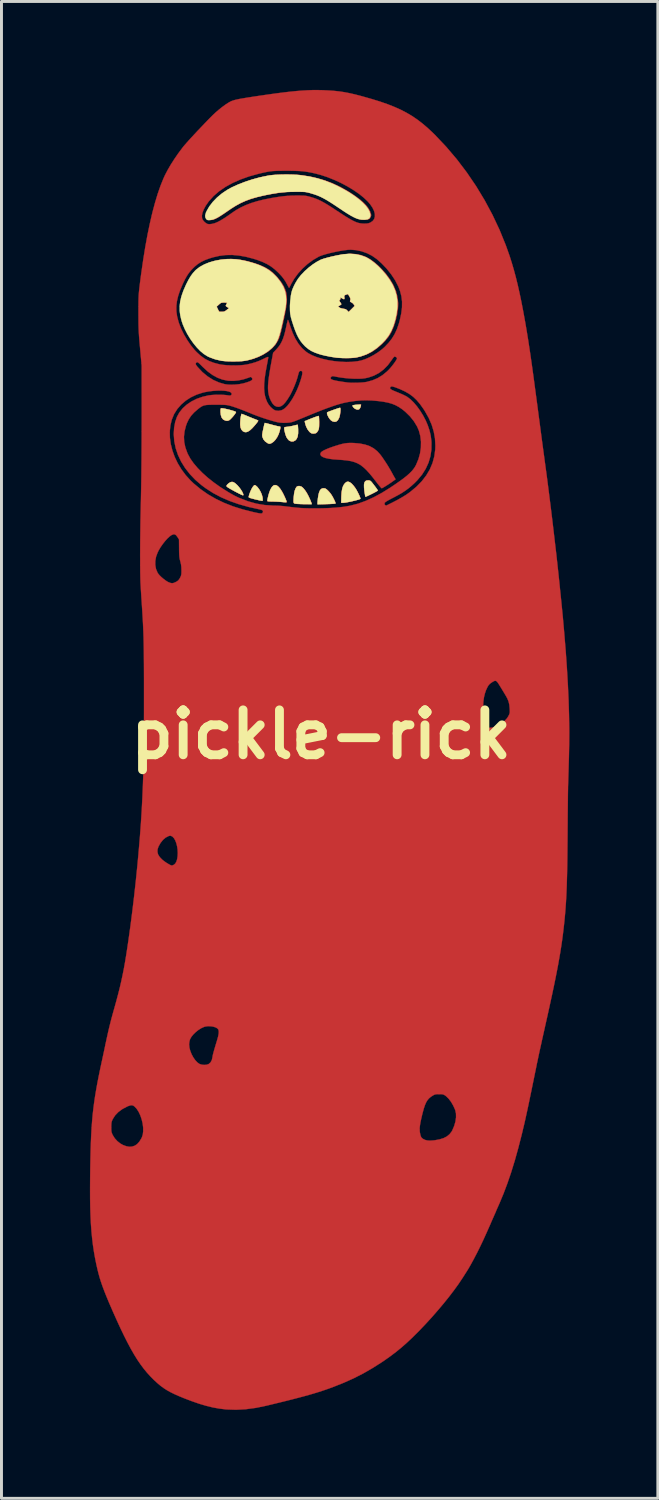
<source format=kicad_pcb>
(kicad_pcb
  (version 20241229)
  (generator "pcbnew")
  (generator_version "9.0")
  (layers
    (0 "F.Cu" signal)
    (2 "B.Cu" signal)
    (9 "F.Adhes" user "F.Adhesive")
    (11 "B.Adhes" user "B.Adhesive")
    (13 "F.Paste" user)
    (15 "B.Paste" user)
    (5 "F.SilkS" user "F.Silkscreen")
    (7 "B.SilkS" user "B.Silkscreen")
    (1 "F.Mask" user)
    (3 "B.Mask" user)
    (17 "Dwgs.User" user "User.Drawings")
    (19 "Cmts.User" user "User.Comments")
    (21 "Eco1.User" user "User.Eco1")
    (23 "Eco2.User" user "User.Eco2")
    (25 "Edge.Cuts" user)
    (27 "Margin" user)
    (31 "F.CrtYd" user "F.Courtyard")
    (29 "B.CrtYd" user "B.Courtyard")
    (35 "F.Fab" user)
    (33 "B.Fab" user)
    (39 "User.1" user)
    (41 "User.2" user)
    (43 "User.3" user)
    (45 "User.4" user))
  (footprint "pickle-rick"
    (layer "F.Cu")
    (at 7.844 21.862)
    (property "Reference" "pickle-rick" (at 0 0 0) (layer "F.SilkS") (effects (font (size 1.524 1.524) (thickness 0.3))))
    (attr through_hole)
    (fp_poly (pts (xy 1.344 -11.143) (xy 1.321 -11.073) (xy 1.288 -11.033) (xy 1.241 -11.02) (xy 1.178 -11.035) (xy 1.166 -11.04) (xy 1.129 -11.063) (xy 1.096 -11.096) (xy 1.075 -11.129) (xy 1.071 -11.155) (xy 1.074 -11.16) (xy 1.095 -11.167) (xy 1.14 -11.175) (xy 1.199 -11.182) (xy 1.221 -11.184) (xy 1.354 -11.196) (xy 1.344 -11.143)) (stroke (width 0.01) (type solid)) (fill yes) (layer "F.Cu"))
    (fp_poly (pts (xy -2.991 -8.566) (xy -2.952 -8.546) (xy -2.901 -8.505) (xy -2.844 -8.45) (xy -2.787 -8.387) (xy -2.735 -8.32) (xy -2.694 -8.257) (xy -2.687 -8.245) (xy -2.654 -8.18) (xy -2.638 -8.139) (xy -2.638 -8.117) (xy -2.648 -8.112) (xy -2.667 -8.119) (xy -2.708 -8.136) (xy -2.764 -8.162) (xy -2.811 -8.185) (xy -2.894 -8.227) (xy -2.985 -8.276) (xy -3.068 -8.323) (xy -3.092 -8.337) (xy -3.224 -8.417) (xy -3.186 -8.467) (xy -3.132 -8.522) (xy -3.072 -8.557) (xy -3.013 -8.569) (xy -2.991 -8.566)) (stroke (width 0.01) (type solid)) (fill yes) (layer "F.Cu"))
    (fp_poly (pts (xy -1.479 -8.43) (xy -1.418 -8.372) (xy -1.354 -8.285) (xy -1.288 -8.17) (xy -1.222 -8.028) (xy -1.189 -7.949) (xy -1.159 -7.874) (xy -1.211 -7.876) (xy -1.251 -7.879) (xy -1.311 -7.884) (xy -1.38 -7.889) (xy -1.397 -7.891) (xy -1.48 -7.897) (xy -1.576 -7.901) (xy -1.667 -7.904) (xy -1.68 -7.904) (xy -1.828 -7.906) (xy -1.817 -7.981) (xy -1.795 -8.087) (xy -1.764 -8.193) (xy -1.726 -8.289) (xy -1.684 -8.369) (xy -1.642 -8.424) (xy -1.592 -8.456) (xy -1.537 -8.458) (xy -1.479 -8.43)) (stroke (width 0.01) (type solid)) (fill yes) (layer "F.Cu"))
    (fp_poly (pts (xy 0.149 -8.335) (xy 0.215 -8.291) (xy 0.283 -8.222) (xy 0.351 -8.129) (xy 0.416 -8.013) (xy 0.418 -8.009) (xy 0.455 -7.935) (xy 0.477 -7.885) (xy 0.483 -7.854) (xy 0.472 -7.836) (xy 0.442 -7.828) (xy 0.393 -7.823) (xy 0.371 -7.821) (xy 0.302 -7.816) (xy 0.214 -7.813) (xy 0.122 -7.811) (xy 0.069 -7.811) (xy -0.111 -7.811) (xy -0.111 -7.922) (xy -0.106 -8.022) (xy -0.091 -8.119) (xy -0.068 -8.206) (xy -0.04 -8.274) (xy -0.021 -8.303) (xy 0.029 -8.342) (xy 0.086 -8.352) (xy 0.149 -8.335)) (stroke (width 0.01) (type solid)) (fill yes) (layer "F.Cu"))
    (fp_poly (pts (xy 0.651 -10.973) (xy 0.642 -10.857) (xy 0.617 -10.757) (xy 0.576 -10.677) (xy 0.557 -10.654) (xy 0.506 -10.615) (xy 0.45 -10.606) (xy 0.383 -10.624) (xy 0.367 -10.631) (xy 0.323 -10.663) (xy 0.283 -10.706) (xy 0.277 -10.714) (xy 0.249 -10.763) (xy 0.224 -10.817) (xy 0.207 -10.868) (xy 0.199 -10.906) (xy 0.202 -10.922) (xy 0.222 -10.932) (xy 0.264 -10.949) (xy 0.323 -10.972) (xy 0.39 -10.997) (xy 0.46 -11.022) (xy 0.524 -11.045) (xy 0.576 -11.062) (xy 0.607 -11.071) (xy 0.651 -11.081) (xy 0.651 -10.973)) (stroke (width 0.01) (type solid)) (fill yes) (layer "F.Cu"))
    (fp_poly (pts (xy -3.339 -11.061) (xy -3.277 -11.051) (xy -3.204 -11.035) (xy -3.127 -11.017) (xy -3.051 -10.996) (xy -2.983 -10.976) (xy -2.93 -10.958) (xy -2.897 -10.942) (xy -2.889 -10.934) (xy -2.9 -10.908) (xy -2.927 -10.867) (xy -2.966 -10.816) (xy -3.01 -10.763) (xy -3.055 -10.715) (xy -3.094 -10.678) (xy -3.122 -10.658) (xy -3.165 -10.642) (xy -3.2 -10.639) (xy -3.243 -10.648) (xy -3.264 -10.653) (xy -3.327 -10.687) (xy -3.373 -10.748) (xy -3.401 -10.835) (xy -3.412 -10.947) (xy -3.412 -10.958) (xy -3.412 -11.015) (xy -3.408 -11.048) (xy -3.398 -11.062) (xy -3.384 -11.065) (xy -3.339 -11.061)) (stroke (width 0.01) (type solid)) (fill yes) (layer "F.Cu"))
    (fp_poly (pts (xy -0.797 -10.502) (xy -0.796 -10.501) (xy -0.792 -10.482) (xy -0.789 -10.438) (xy -0.787 -10.375) (xy -0.786 -10.306) (xy -0.787 -10.221) (xy -0.79 -10.161) (xy -0.796 -10.116) (xy -0.807 -10.08) (xy -0.822 -10.047) (xy -0.867 -9.985) (xy -0.925 -9.947) (xy -0.989 -9.935) (xy -1.054 -9.952) (xy -1.092 -9.977) (xy -1.125 -10.014) (xy -1.161 -10.067) (xy -1.18 -10.102) (xy -1.2 -10.149) (xy -1.215 -10.191) (xy -1.227 -10.238) (xy -1.237 -10.299) (xy -1.245 -10.36) (xy -1.254 -10.425) (xy -1.138 -10.435) (xy -1.059 -10.446) (xy -0.973 -10.463) (xy -0.914 -10.478) (xy -0.86 -10.493) (xy -0.818 -10.502) (xy -0.797 -10.502)) (stroke (width 0.01) (type solid)) (fill yes) (layer "F.Cu"))
    (fp_poly (pts (xy -2.679 -10.868) (xy -2.638 -10.853) (xy -2.582 -10.83) (xy -2.553 -10.818) (xy -2.473 -10.784) (xy -2.381 -10.746) (xy -2.294 -10.712) (xy -2.279 -10.706) (xy -2.217 -10.682) (xy -2.168 -10.662) (xy -2.137 -10.649) (xy -2.131 -10.645) (xy -2.137 -10.631) (xy -2.161 -10.598) (xy -2.196 -10.553) (xy -2.24 -10.499) (xy -2.288 -10.444) (xy -2.335 -10.392) (xy -2.346 -10.379) (xy -2.425 -10.309) (xy -2.501 -10.268) (xy -2.571 -10.256) (xy -2.636 -10.274) (xy -2.659 -10.29) (xy -2.709 -10.348) (xy -2.738 -10.427) (xy -2.746 -10.521) (xy -2.744 -10.579) (xy -2.739 -10.647) (xy -2.731 -10.717) (xy -2.722 -10.782) (xy -2.712 -10.834) (xy -2.703 -10.867) (xy -2.698 -10.874) (xy -2.679 -10.868)) (stroke (width 0.01) (type solid)) (fill yes) (layer "F.Cu"))
    (fp_poly (pts (xy -2.216 -8.439) (xy -2.21 -8.435) (xy -2.167 -8.394) (xy -2.119 -8.332) (xy -2.072 -8.26) (xy -2.033 -8.186) (xy -2.018 -8.151) (xy -1.999 -8.092) (xy -1.986 -8.032) (xy -1.981 -7.979) (xy -1.983 -7.942) (xy -1.992 -7.928) (xy -2.014 -7.93) (xy -2.059 -7.937) (xy -2.117 -7.948) (xy -2.135 -7.952) (xy -2.23 -7.974) (xy -2.314 -7.996) (xy -2.383 -8.015) (xy -2.433 -8.032) (xy -2.458 -8.045) (xy -2.461 -8.048) (xy -2.455 -8.073) (xy -2.441 -8.118) (xy -2.42 -8.176) (xy -2.398 -8.238) (xy -2.375 -8.294) (xy -2.356 -8.337) (xy -2.353 -8.343) (xy -2.325 -8.39) (xy -2.295 -8.429) (xy -2.287 -8.436) (xy -2.263 -8.456) (xy -2.244 -8.457) (xy -2.216 -8.439)) (stroke (width 0.01) (type solid)) (fill yes) (layer "F.Cu"))
    (fp_poly (pts (xy -0.081 -10.802) (xy -0.077 -10.783) (xy -0.072 -10.739) (xy -0.068 -10.678) (xy -0.066 -10.617) (xy -0.066 -10.498) (xy -0.075 -10.405) (xy -0.093 -10.333) (xy -0.123 -10.275) (xy -0.139 -10.253) (xy -0.172 -10.222) (xy -0.211 -10.21) (xy -0.244 -10.209) (xy -0.294 -10.212) (xy -0.336 -10.221) (xy -0.343 -10.223) (xy -0.384 -10.253) (xy -0.429 -10.306) (xy -0.473 -10.375) (xy -0.509 -10.453) (xy -0.517 -10.474) (xy -0.536 -10.531) (xy -0.55 -10.577) (xy -0.555 -10.605) (xy -0.555 -10.605) (xy -0.543 -10.621) (xy -0.504 -10.643) (xy -0.438 -10.674) (xy -0.343 -10.713) (xy -0.323 -10.721) (xy -0.244 -10.751) (xy -0.174 -10.776) (xy -0.121 -10.794) (xy -0.088 -10.802) (xy -0.081 -10.802)) (stroke (width 0.01) (type solid)) (fill yes) (layer "F.Cu"))
    (fp_poly (pts (xy 0.964 -8.559) (xy 1.024 -8.519) (xy 1.09 -8.45) (xy 1.135 -8.391) (xy 1.167 -8.342) (xy 1.203 -8.28) (xy 1.241 -8.211) (xy 1.277 -8.142) (xy 1.306 -8.08) (xy 1.326 -8.032) (xy 1.333 -8.005) (xy 1.319 -7.993) (xy 1.278 -7.976) (xy 1.216 -7.955) (xy 1.137 -7.933) (xy 1.047 -7.911) (xy 0.951 -7.889) (xy 0.949 -7.889) (xy 0.84 -7.869) (xy 0.761 -7.86) (xy 0.711 -7.861) (xy 0.693 -7.869) (xy 0.687 -7.89) (xy 0.684 -7.936) (xy 0.683 -7.999) (xy 0.684 -8.07) (xy 0.687 -8.142) (xy 0.692 -8.209) (xy 0.699 -8.261) (xy 0.727 -8.369) (xy 0.764 -8.458) (xy 0.81 -8.523) (xy 0.861 -8.562) (xy 0.907 -8.572) (xy 0.964 -8.559)) (stroke (width 0.01) (type solid)) (fill yes) (layer "F.Cu"))
    (fp_poly (pts (xy 1.621 -8.617) (xy 1.646 -8.612) (xy 1.669 -8.6) (xy 1.697 -8.575) (xy 1.733 -8.534) (xy 1.782 -8.473) (xy 1.797 -8.453) (xy 1.843 -8.392) (xy 1.882 -8.339) (xy 1.909 -8.299) (xy 1.92 -8.279) (xy 1.92 -8.278) (xy 1.907 -8.265) (xy 1.87 -8.242) (xy 1.815 -8.211) (xy 1.747 -8.176) (xy 1.728 -8.167) (xy 1.645 -8.126) (xy 1.585 -8.097) (xy 1.546 -8.079) (xy 1.522 -8.07) (xy 1.51 -8.068) (xy 1.505 -8.072) (xy 1.502 -8.08) (xy 1.501 -8.083) (xy 1.488 -8.137) (xy 1.476 -8.211) (xy 1.466 -8.294) (xy 1.461 -8.375) (xy 1.46 -8.408) (xy 1.465 -8.497) (xy 1.479 -8.56) (xy 1.506 -8.598) (xy 1.548 -8.616) (xy 1.609 -8.618) (xy 1.621 -8.617)) (stroke (width 0.01) (type solid)) (fill yes) (layer "F.Cu"))
    (fp_poly (pts (xy -0.679 -8.413) (xy -0.678 -8.412) (xy -0.633 -8.379) (xy -0.58 -8.324) (xy -0.526 -8.254) (xy -0.486 -8.191) (xy -0.463 -8.148) (xy -0.434 -8.09) (xy -0.402 -8.024) (xy -0.372 -7.958) (xy -0.345 -7.897) (xy -0.326 -7.85) (xy -0.318 -7.823) (xy -0.318 -7.821) (xy -0.332 -7.818) (xy -0.372 -7.815) (xy -0.431 -7.814) (xy -0.503 -7.813) (xy -0.58 -7.813) (xy -0.657 -7.815) (xy -0.728 -7.817) (xy -0.785 -7.819) (xy -0.81 -7.821) (xy -0.867 -7.827) (xy -0.904 -7.835) (xy -0.926 -7.849) (xy -0.936 -7.877) (xy -0.937 -7.924) (xy -0.933 -7.996) (xy -0.932 -8.014) (xy -0.92 -8.134) (xy -0.901 -8.239) (xy -0.874 -8.325) (xy -0.842 -8.387) (xy -0.833 -8.398) (xy -0.791 -8.423) (xy -0.736 -8.428) (xy -0.679 -8.413)) (stroke (width 0.01) (type solid)) (fill yes) (layer "F.Cu"))
    (fp_poly (pts (xy -1.88 -10.559) (xy -1.854 -10.553) (xy -1.804 -10.54) (xy -1.737 -10.523) (xy -1.66 -10.502) (xy -1.652 -10.5) (xy -1.574 -10.479) (xy -1.505 -10.462) (xy -1.451 -10.451) (xy -1.42 -10.446) (xy -1.418 -10.446) (xy -1.395 -10.442) (xy -1.384 -10.427) (xy -1.383 -10.395) (xy -1.394 -10.341) (xy -1.405 -10.298) (xy -1.447 -10.174) (xy -1.502 -10.064) (xy -1.569 -9.974) (xy -1.642 -9.908) (xy -1.659 -9.897) (xy -1.71 -9.87) (xy -1.748 -9.861) (xy -1.784 -9.868) (xy -1.818 -9.883) (xy -1.896 -9.939) (xy -1.955 -10.011) (xy -1.99 -10.093) (xy -1.999 -10.16) (xy -1.995 -10.198) (xy -1.984 -10.258) (xy -1.969 -10.331) (xy -1.955 -10.39) (xy -1.935 -10.466) (xy -1.92 -10.516) (xy -1.908 -10.545) (xy -1.896 -10.558) (xy -1.881 -10.559) (xy -1.88 -10.559)) (stroke (width 0.01) (type solid)) (fill yes) (layer "F.Cu"))
    (fp_poly (pts (xy 1.08 -9.887) (xy 1.11 -9.886) (xy 1.311 -9.868) (xy 1.488 -9.833) (xy 1.643 -9.78) (xy 1.779 -9.706) (xy 1.898 -9.611) (xy 1.998 -9.502) (xy 2.058 -9.423) (xy 2.126 -9.324) (xy 2.2 -9.212) (xy 2.273 -9.096) (xy 2.34 -8.983) (xy 2.397 -8.882) (xy 2.431 -8.818) (xy 2.464 -8.759) (xy 2.489 -8.715) (xy 2.495 -8.705) (xy 2.525 -8.655) (xy 2.449 -8.6) (xy 2.39 -8.558) (xy 2.322 -8.512) (xy 2.252 -8.466) (xy 2.185 -8.424) (xy 2.126 -8.388) (xy 2.081 -8.362) (xy 2.055 -8.351) (xy 2.053 -8.35) (xy 2.037 -8.362) (xy 2.006 -8.396) (xy 1.964 -8.446) (xy 1.912 -8.51) (xy 1.867 -8.569) (xy 1.743 -8.728) (xy 1.631 -8.863) (xy 1.528 -8.975) (xy 1.43 -9.066) (xy 1.333 -9.14) (xy 1.233 -9.197) (xy 1.126 -9.24) (xy 1.009 -9.272) (xy 0.878 -9.294) (xy 0.729 -9.31) (xy 0.595 -9.319) (xy 0.417 -9.332) (xy 0.268 -9.352) (xy 0.149 -9.377) (xy 0.06 -9.409) (xy 0.001 -9.446) (xy -0.027 -9.488) (xy -0.024 -9.537) (xy -0.009 -9.565) (xy 0.025 -9.598) (xy 0.089 -9.636) (xy 0.179 -9.678) (xy 0.294 -9.724) (xy 0.431 -9.772) (xy 0.468 -9.784) (xy 0.597 -9.824) (xy 0.703 -9.853) (xy 0.797 -9.873) (xy 0.886 -9.884) (xy 0.978 -9.889) (xy 1.08 -9.887)) (stroke (width 0.01) (type solid)) (fill yes) (layer "F.Cu"))
    (fp_poly (pts (xy -1.068 -18.992) (xy -0.92 -18.988) (xy -0.782 -18.981) (xy -0.663 -18.97) (xy -0.619 -18.965) (xy -0.279 -18.905) (xy 0.042 -18.821) (xy 0.349 -18.712) (xy 0.645 -18.576) (xy 0.934 -18.412) (xy 1.048 -18.339) (xy 1.203 -18.231) (xy 1.332 -18.133) (xy 1.438 -18.041) (xy 1.523 -17.953) (xy 1.591 -17.866) (xy 1.644 -17.776) (xy 1.658 -17.748) (xy 1.688 -17.668) (xy 1.696 -17.604) (xy 1.681 -17.55) (xy 1.661 -17.518) (xy 1.639 -17.494) (xy 1.617 -17.48) (xy 1.584 -17.471) (xy 1.533 -17.467) (xy 1.496 -17.465) (xy 1.432 -17.464) (xy 1.374 -17.466) (xy 1.317 -17.475) (xy 1.259 -17.49) (xy 1.195 -17.514) (xy 1.124 -17.548) (xy 1.041 -17.594) (xy 0.944 -17.653) (xy 0.828 -17.726) (xy 0.692 -17.815) (xy 0.611 -17.868) (xy 0.456 -17.97) (xy 0.323 -18.056) (xy 0.207 -18.127) (xy 0.104 -18.186) (xy 0.01 -18.234) (xy -0.079 -18.274) (xy -0.168 -18.308) (xy -0.26 -18.338) (xy -0.36 -18.366) (xy -0.437 -18.385) (xy -0.581 -18.41) (xy -0.754 -18.421) (xy -0.954 -18.418) (xy -1.182 -18.401) (xy -1.438 -18.37) (xy -1.619 -18.342) (xy -1.892 -18.292) (xy -2.138 -18.235) (xy -2.36 -18.17) (xy -2.562 -18.096) (xy -2.749 -18.012) (xy -2.924 -17.915) (xy -3.082 -17.811) (xy -3.215 -17.718) (xy -3.325 -17.643) (xy -3.417 -17.583) (xy -3.493 -17.536) (xy -3.558 -17.502) (xy -3.614 -17.478) (xy -3.664 -17.462) (xy -3.712 -17.453) (xy -3.741 -17.45) (xy -3.797 -17.447) (xy -3.831 -17.45) (xy -3.856 -17.463) (xy -3.88 -17.487) (xy -3.907 -17.523) (xy -3.919 -17.563) (xy -3.914 -17.614) (xy -3.894 -17.683) (xy -3.889 -17.697) (xy -3.844 -17.795) (xy -3.776 -17.904) (xy -3.69 -18.018) (xy -3.59 -18.131) (xy -3.481 -18.239) (xy -3.368 -18.336) (xy -3.273 -18.405) (xy -3.089 -18.515) (xy -2.878 -18.62) (xy -2.648 -18.716) (xy -2.402 -18.802) (xy -2.148 -18.876) (xy -1.889 -18.936) (xy -1.727 -18.965) (xy -1.63 -18.977) (xy -1.508 -18.985) (xy -1.369 -18.991) (xy -1.22 -18.993) (xy -1.068 -18.992)) (stroke (width 0.01) (type solid)) (fill yes) (layer "F.Cu"))
    (fp_poly (pts (xy -2.91 -16.121) (xy -2.73 -16.098) (xy -2.545 -16.063) (xy -2.36 -16.016) (xy -2.182 -15.96) (xy -2.016 -15.896) (xy -1.869 -15.826) (xy -1.747 -15.752) (xy -1.733 -15.742) (xy -1.633 -15.659) (xy -1.531 -15.558) (xy -1.433 -15.447) (xy -1.347 -15.334) (xy -1.28 -15.227) (xy -1.269 -15.206) (xy -1.229 -15.12) (xy -1.198 -15.035) (xy -1.177 -14.947) (xy -1.165 -14.853) (xy -1.163 -14.749) (xy -1.17 -14.631) (xy -1.187 -14.496) (xy -1.214 -14.34) (xy -1.25 -14.159) (xy -1.271 -14.059) (xy -1.305 -13.905) (xy -1.333 -13.779) (xy -1.357 -13.676) (xy -1.379 -13.593) (xy -1.399 -13.525) (xy -1.418 -13.468) (xy -1.437 -13.419) (xy -1.458 -13.373) (xy -1.473 -13.344) (xy -1.557 -13.213) (xy -1.67 -13.092) (xy -1.807 -12.981) (xy -1.965 -12.883) (xy -2.142 -12.799) (xy -2.334 -12.732) (xy -2.537 -12.683) (xy -2.585 -12.675) (xy -2.663 -12.666) (xy -2.763 -12.659) (xy -2.877 -12.656) (xy -2.997 -12.655) (xy -3.114 -12.656) (xy -3.218 -12.661) (xy -3.301 -12.669) (xy -3.31 -12.67) (xy -3.502 -12.706) (xy -3.675 -12.757) (xy -3.831 -12.827) (xy -3.975 -12.918) (xy -4.109 -13.031) (xy -4.236 -13.169) (xy -4.361 -13.334) (xy -4.456 -13.481) (xy -4.575 -13.694) (xy -4.666 -13.899) (xy -4.729 -14.1) (xy -4.765 -14.3) (xy -4.774 -14.415) (xy -4.774 -14.514) (xy -3.547 -14.514) (xy -3.517 -14.445) (xy -3.491 -14.389) (xy -3.468 -14.356) (xy -3.44 -14.34) (xy -3.399 -14.335) (xy -3.37 -14.335) (xy -3.318 -14.337) (xy -3.278 -14.348) (xy -3.238 -14.372) (xy -3.203 -14.398) (xy -3.124 -14.461) (xy -3.181 -14.495) (xy -3.22 -14.519) (xy -3.235 -14.538) (xy -3.229 -14.562) (xy -3.215 -14.589) (xy -3.198 -14.622) (xy -3.191 -14.641) (xy -3.206 -14.647) (xy -3.243 -14.651) (xy -3.293 -14.653) (xy -3.349 -14.651) (xy -3.388 -14.644) (xy -3.421 -14.626) (xy -3.462 -14.591) (xy -3.471 -14.583) (xy -3.547 -14.514) (xy -4.774 -14.514) (xy -4.775 -14.547) (xy -4.764 -14.669) (xy -4.741 -14.789) (xy -4.703 -14.918) (xy -4.657 -15.041) (xy -4.573 -15.236) (xy -4.484 -15.411) (xy -4.391 -15.562) (xy -4.297 -15.688) (xy -4.202 -15.785) (xy -4.161 -15.818) (xy -4.019 -15.906) (xy -3.854 -15.982) (xy -3.671 -16.044) (xy -3.475 -16.09) (xy -3.275 -16.119) (xy -3.079 -16.129) (xy -2.91 -16.121)) (stroke (width 0.01) (type solid)) (fill yes) (layer "F.Cu"))
    (fp_poly (pts (xy 1.185 -16.293) (xy 1.343 -16.262) (xy 1.495 -16.209) (xy 1.643 -16.132) (xy 1.791 -16.028) (xy 1.943 -15.897) (xy 2.015 -15.826) (xy 2.194 -15.631) (xy 2.34 -15.433) (xy 2.456 -15.233) (xy 2.54 -15.03) (xy 2.592 -14.826) (xy 2.613 -14.619) (xy 2.604 -14.427) (xy 2.57 -14.215) (xy 2.519 -14.008) (xy 2.454 -13.814) (xy 2.376 -13.64) (xy 2.355 -13.599) (xy 2.272 -13.473) (xy 2.164 -13.343) (xy 2.038 -13.218) (xy 1.9 -13.101) (xy 1.755 -13) (xy 1.701 -12.968) (xy 1.586 -12.91) (xy 1.454 -12.858) (xy 1.317 -12.815) (xy 1.188 -12.786) (xy 1.154 -12.78) (xy 1.033 -12.769) (xy 0.893 -12.766) (xy 0.743 -12.769) (xy 0.596 -12.779) (xy 0.508 -12.789) (xy 0.304 -12.821) (xy 0.114 -12.862) (xy -0.059 -12.909) (xy -0.209 -12.963) (xy -0.333 -13.021) (xy -0.361 -13.037) (xy -0.489 -13.131) (xy -0.607 -13.256) (xy -0.714 -13.409) (xy -0.811 -13.59) (xy -0.897 -13.799) (xy -0.972 -14.035) (xy -1.017 -14.218) (xy -1.053 -14.378) (xy -1.04 -14.524) (xy 0.566 -14.524) (xy 0.605 -14.488) (xy 0.65 -14.46) (xy 0.718 -14.443) (xy 0.739 -14.441) (xy 0.798 -14.431) (xy 0.838 -14.416) (xy 0.872 -14.389) (xy 0.881 -14.379) (xy 0.929 -14.327) (xy 1.033 -14.43) (xy 1.137 -14.534) (xy 1.111 -14.581) (xy 1.08 -14.62) (xy 1.035 -14.653) (xy 1.028 -14.656) (xy 0.991 -14.676) (xy 0.978 -14.694) (xy 0.983 -14.72) (xy 0.986 -14.731) (xy 0.994 -14.763) (xy 0.989 -14.796) (xy 0.969 -14.839) (xy 0.959 -14.858) (xy 0.933 -14.902) (xy 0.912 -14.931) (xy 0.902 -14.938) (xy 0.879 -14.933) (xy 0.841 -14.919) (xy 0.831 -14.915) (xy 0.795 -14.897) (xy 0.78 -14.878) (xy 0.781 -14.845) (xy 0.784 -14.827) (xy 0.788 -14.784) (xy 0.778 -14.766) (xy 0.751 -14.771) (xy 0.704 -14.797) (xy 0.651 -14.83) (xy 0.651 -14.79) (xy 0.641 -14.753) (xy 0.625 -14.735) (xy 0.611 -14.723) (xy 0.613 -14.706) (xy 0.633 -14.675) (xy 0.641 -14.665) (xy 0.666 -14.628) (xy 0.681 -14.6) (xy 0.683 -14.595) (xy 0.67 -14.579) (xy 0.637 -14.558) (xy 0.624 -14.551) (xy 0.566 -14.524) (xy -1.04 -14.524) (xy -1.027 -14.667) (xy -1.014 -14.795) (xy -1 -14.897) (xy -0.986 -14.98) (xy -0.969 -15.048) (xy -0.96 -15.078) (xy -0.891 -15.241) (xy -0.795 -15.405) (xy -0.676 -15.565) (xy -0.538 -15.716) (xy -0.385 -15.855) (xy -0.221 -15.976) (xy -0.05 -16.076) (xy -0.004 -16.099) (xy 0.078 -16.132) (xy 0.186 -16.165) (xy 0.312 -16.197) (xy 0.448 -16.228) (xy 0.589 -16.255) (xy 0.728 -16.277) (xy 0.856 -16.294) (xy 0.969 -16.302) (xy 1.016 -16.303) (xy 1.185 -16.293)) (stroke (width 0.01) (type solid)) (fill yes) (layer "F.Cu"))
    (fp_poly (pts (xy 0.017 -21.854) (xy 0.056 -21.853) (xy 0.259 -21.843) (xy 0.443 -21.83) (xy 0.616 -21.811) (xy 0.784 -21.786) (xy 0.956 -21.753) (xy 1.14 -21.711) (xy 1.342 -21.659) (xy 1.421 -21.637) (xy 1.727 -21.55) (xy 2.004 -21.464) (xy 2.256 -21.376) (xy 2.486 -21.285) (xy 2.699 -21.19) (xy 2.897 -21.087) (xy 3.083 -20.977) (xy 3.261 -20.856) (xy 3.434 -20.723) (xy 3.606 -20.577) (xy 3.78 -20.414) (xy 3.859 -20.337) (xy 4.239 -19.935) (xy 4.599 -19.511) (xy 4.938 -19.064) (xy 5.254 -18.599) (xy 5.545 -18.118) (xy 5.811 -17.622) (xy 6.05 -17.114) (xy 6.261 -16.596) (xy 6.39 -16.232) (xy 6.463 -16.002) (xy 6.533 -15.765) (xy 6.6 -15.516) (xy 6.665 -15.252) (xy 6.728 -14.972) (xy 6.791 -14.67) (xy 6.854 -14.345) (xy 6.918 -13.993) (xy 6.953 -13.789) (xy 6.976 -13.651) (xy 6.999 -13.509) (xy 7.023 -13.363) (xy 7.046 -13.209) (xy 7.071 -13.046) (xy 7.097 -12.871) (xy 7.124 -12.682) (xy 7.153 -12.478) (xy 7.184 -12.255) (xy 7.217 -12.013) (xy 7.252 -11.748) (xy 7.291 -11.459) (xy 7.333 -11.144) (xy 7.378 -10.8) (xy 7.397 -10.66) (xy 7.429 -10.416) (xy 7.458 -10.198) (xy 7.484 -10) (xy 7.509 -9.815) (xy 7.533 -9.637) (xy 7.557 -9.461) (xy 7.581 -9.281) (xy 7.603 -9.12) (xy 7.647 -8.797) (xy 7.692 -8.448) (xy 7.739 -8.079) (xy 7.787 -7.695) (xy 7.835 -7.303) (xy 7.882 -6.906) (xy 7.928 -6.512) (xy 7.973 -6.126) (xy 8.014 -5.754) (xy 8.052 -5.401) (xy 8.08 -5.136) (xy 8.102 -4.915) (xy 8.122 -4.723) (xy 8.139 -4.555) (xy 8.154 -4.406) (xy 8.167 -4.274) (xy 8.179 -4.155) (xy 8.19 -4.044) (xy 8.2 -3.938) (xy 8.209 -3.832) (xy 8.219 -3.724) (xy 8.229 -3.609) (xy 8.24 -3.484) (xy 8.246 -3.413) (xy 8.295 -2.816) (xy 8.335 -2.24) (xy 8.367 -1.689) (xy 8.391 -1.163) (xy 8.406 -0.664) (xy 8.413 -0.193) (xy 8.414 -0.064) (xy 8.413 0.068) (xy 8.412 0.203) (xy 8.411 0.343) (xy 8.408 0.492) (xy 8.405 0.654) (xy 8.401 0.832) (xy 8.395 1.029) (xy 8.389 1.249) (xy 8.381 1.494) (xy 8.375 1.699) (xy 8.373 1.756) (xy 8.372 1.842) (xy 8.37 1.954) (xy 8.368 2.088) (xy 8.367 2.242) (xy 8.365 2.413) (xy 8.363 2.598) (xy 8.361 2.793) (xy 8.36 2.996) (xy 8.358 3.204) (xy 8.358 3.27) (xy 8.355 3.614) (xy 8.352 3.929) (xy 8.349 4.217) (xy 8.345 4.481) (xy 8.34 4.723) (xy 8.334 4.945) (xy 8.328 5.151) (xy 8.32 5.342) (xy 8.312 5.521) (xy 8.302 5.691) (xy 8.291 5.854) (xy 8.279 6.012) (xy 8.265 6.169) (xy 8.25 6.325) (xy 8.238 6.437) (xy 8.217 6.626) (xy 8.194 6.813) (xy 8.169 7) (xy 8.141 7.19) (xy 8.11 7.386) (xy 8.075 7.59) (xy 8.037 7.805) (xy 7.993 8.034) (xy 7.945 8.278) (xy 7.891 8.541) (xy 7.831 8.825) (xy 7.764 9.132) (xy 7.691 9.466) (xy 7.628 9.747) (xy 7.578 9.971) (xy 7.534 10.168) (xy 7.495 10.341) (xy 7.462 10.493) (xy 7.432 10.628) (xy 7.405 10.749) (xy 7.381 10.861) (xy 7.359 10.965) (xy 7.338 11.067) (xy 7.316 11.168) (xy 7.295 11.274) (xy 7.272 11.386) (xy 7.271 11.39) (xy 7.217 11.654) (xy 7.169 11.889) (xy 7.126 12.099) (xy 7.087 12.285) (xy 7.053 12.45) (xy 7.022 12.598) (xy 6.994 12.73) (xy 6.968 12.849) (xy 6.944 12.958) (xy 6.922 13.06) (xy 6.9 13.157) (xy 6.878 13.252) (xy 6.855 13.346) (xy 6.832 13.444) (xy 6.807 13.548) (xy 6.802 13.569) (xy 6.686 14.022) (xy 6.568 14.447) (xy 6.445 14.845) (xy 6.318 15.219) (xy 6.185 15.572) (xy 6.046 15.905) (xy 5.986 16.039) (xy 5.963 16.091) (xy 5.945 16.131) (xy 5.937 16.151) (xy 5.937 16.152) (xy 5.931 16.169) (xy 5.915 16.206) (xy 5.893 16.256) (xy 5.891 16.259) (xy 5.866 16.316) (xy 5.833 16.391) (xy 5.797 16.473) (xy 5.77 16.534) (xy 5.737 16.612) (xy 5.704 16.687) (xy 5.675 16.751) (xy 5.659 16.788) (xy 5.63 16.853) (xy 5.599 16.923) (xy 5.588 16.947) (xy 5.49 17.163) (xy 5.387 17.378) (xy 5.283 17.587) (xy 5.18 17.785) (xy 5.081 17.967) (xy 4.988 18.129) (xy 4.913 18.248) (xy 4.879 18.301) (xy 4.837 18.368) (xy 4.794 18.435) (xy 4.788 18.443) (xy 4.661 18.634) (xy 4.512 18.841) (xy 4.344 19.061) (xy 4.161 19.289) (xy 3.965 19.522) (xy 3.761 19.756) (xy 3.55 19.987) (xy 3.336 20.212) (xy 3.32 20.228) (xy 3.115 20.433) (xy 2.921 20.617) (xy 2.732 20.784) (xy 2.542 20.94) (xy 2.345 21.089) (xy 2.136 21.237) (xy 2.048 21.296) (xy 1.732 21.496) (xy 1.419 21.676) (xy 1.099 21.839) (xy 0.764 21.989) (xy 0.417 22.127) (xy 0.288 22.175) (xy 0.16 22.22) (xy 0.029 22.264) (xy -0.107 22.308) (xy -0.251 22.352) (xy -0.406 22.397) (xy -0.574 22.444) (xy -0.759 22.493) (xy -0.962 22.546) (xy -1.187 22.603) (xy -1.436 22.664) (xy -1.712 22.731) (xy -1.857 22.766) (xy -2.214 22.84) (xy -2.557 22.886) (xy -2.885 22.904) (xy -3.199 22.894) (xy -3.239 22.891) (xy -3.453 22.865) (xy -3.671 22.826) (xy -3.898 22.771) (xy -4.137 22.7) (xy -4.393 22.611) (xy -4.636 22.519) (xy -4.818 22.444) (xy -4.974 22.375) (xy -5.11 22.308) (xy -5.231 22.241) (xy -5.341 22.17) (xy -5.446 22.093) (xy -5.55 22.006) (xy -5.659 21.906) (xy -5.674 21.892) (xy -5.791 21.774) (xy -5.905 21.649) (xy -6.015 21.515) (xy -6.124 21.37) (xy -6.232 21.212) (xy -6.34 21.038) (xy -6.45 20.847) (xy -6.563 20.637) (xy -6.68 20.406) (xy -6.803 20.151) (xy -6.932 19.87) (xy -7.07 19.562) (xy -7.12 19.446) (xy -7.213 19.232) (xy -7.292 19.04) (xy -7.36 18.868) (xy -7.419 18.711) (xy -7.47 18.563) (xy -7.515 18.42) (xy -7.554 18.279) (xy -7.59 18.133) (xy -7.625 17.978) (xy -7.627 17.971) (xy -7.671 17.753) (xy -7.709 17.535) (xy -7.742 17.314) (xy -7.769 17.087) (xy -7.792 16.851) (xy -7.81 16.602) (xy -7.823 16.337) (xy -7.833 16.054) (xy -7.838 15.748) (xy -7.839 15.418) (xy -7.837 15.059) (xy -7.837 15.05) (xy -7.833 14.704) (xy -7.827 14.388) (xy -7.82 14.096) (xy -7.811 13.826) (xy -7.8 13.575) (xy -7.787 13.338) (xy -7.785 13.319) (xy -7.12 13.319) (xy -7.119 13.396) (xy -7.116 13.452) (xy -7.108 13.495) (xy -7.094 13.535) (xy -7.072 13.583) (xy -7.069 13.59) (xy -7.002 13.696) (xy -6.913 13.794) (xy -6.81 13.875) (xy -6.727 13.922) (xy -6.612 13.965) (xy -6.51 13.984) (xy -6.416 13.978) (xy -6.325 13.948) (xy -6.324 13.948) (xy -6.243 13.894) (xy -6.169 13.813) (xy -6.1 13.701) (xy -6.084 13.67) (xy -6.051 13.572) (xy -6.037 13.455) (xy -6.037 13.414) (xy 3.34 13.414) (xy 3.345 13.48) (xy 3.349 13.502) (xy 3.365 13.583) (xy 3.384 13.64) (xy 3.409 13.68) (xy 3.444 13.71) (xy 3.458 13.719) (xy 3.526 13.752) (xy 3.603 13.771) (xy 3.695 13.776) (xy 3.808 13.768) (xy 3.853 13.763) (xy 4.016 13.733) (xy 4.153 13.69) (xy 4.265 13.632) (xy 4.355 13.557) (xy 4.426 13.466) (xy 4.449 13.422) (xy 4.512 13.275) (xy 4.554 13.128) (xy 4.574 12.987) (xy 4.572 12.857) (xy 4.547 12.742) (xy 4.542 12.728) (xy 4.478 12.586) (xy 4.404 12.459) (xy 4.322 12.352) (xy 4.237 12.269) (xy 4.2 12.242) (xy 4.164 12.221) (xy 4.129 12.208) (xy 4.085 12.202) (xy 4.021 12.2) (xy 4 12.2) (xy 3.93 12.201) (xy 3.881 12.206) (xy 3.841 12.218) (xy 3.801 12.238) (xy 3.79 12.245) (xy 3.717 12.292) (xy 3.656 12.344) (xy 3.604 12.405) (xy 3.56 12.479) (xy 3.52 12.57) (xy 3.482 12.683) (xy 3.444 12.822) (xy 3.43 12.875) (xy 3.395 13.025) (xy 3.368 13.15) (xy 3.351 13.253) (xy 3.341 13.34) (xy 3.34 13.414) (xy -6.037 13.414) (xy -6.039 13.325) (xy -6.057 13.188) (xy -6.09 13.051) (xy -6.135 12.919) (xy -6.192 12.798) (xy -6.259 12.695) (xy -6.327 12.622) (xy -6.373 12.589) (xy -6.42 12.575) (xy -6.475 12.581) (xy -6.545 12.604) (xy -6.582 12.62) (xy -6.746 12.707) (xy -6.881 12.807) (xy -6.989 12.92) (xy -7.07 13.047) (xy -7.078 13.065) (xy -7.098 13.11) (xy -7.11 13.152) (xy -7.116 13.2) (xy -7.119 13.265) (xy -7.12 13.319) (xy -7.785 13.319) (xy -7.77 13.114) (xy -7.751 12.898) (xy -7.727 12.687) (xy -7.7 12.479) (xy -7.669 12.268) (xy -7.633 12.053) (xy -7.593 11.83) (xy -7.547 11.596) (xy -7.496 11.347) (xy -7.439 11.079) (xy -7.437 11.073) (xy -7.422 11.003) (xy -7.402 10.909) (xy -7.378 10.798) (xy -7.352 10.677) (xy -7.326 10.552) (xy -7.319 10.519) (xy -4.48 10.519) (xy -4.469 10.624) (xy -4.439 10.736) (xy -4.394 10.848) (xy -4.337 10.954) (xy -4.271 11.048) (xy -4.201 11.123) (xy -4.128 11.174) (xy -4.12 11.178) (xy -4.047 11.2) (xy -3.965 11.208) (xy -3.886 11.201) (xy -3.822 11.18) (xy -3.814 11.176) (xy -3.751 11.12) (xy -3.709 11.041) (xy -3.69 10.955) (xy -3.684 10.918) (xy -3.676 10.875) (xy -3.663 10.822) (xy -3.645 10.755) (xy -3.621 10.671) (xy -3.59 10.566) (xy -3.551 10.436) (xy -3.532 10.374) (xy -3.498 10.253) (xy -3.479 10.157) (xy -3.474 10.082) (xy -3.482 10.026) (xy -3.491 10.004) (xy -3.529 9.963) (xy -3.591 9.931) (xy -3.67 9.908) (xy -3.758 9.896) (xy -3.849 9.895) (xy -3.936 9.908) (xy -3.973 9.919) (xy -4.07 9.963) (xy -4.168 10.025) (xy -4.261 10.1) (xy -4.343 10.181) (xy -4.408 10.264) (xy -4.45 10.343) (xy -4.454 10.353) (xy -4.47 10.42) (xy -4.479 10.493) (xy -4.48 10.519) (xy -7.319 10.519) (xy -7.309 10.47) (xy -7.266 10.272) (xy -7.227 10.096) (xy -7.189 9.934) (xy -7.15 9.776) (xy -7.108 9.614) (xy -7.06 9.438) (xy -7.006 9.247) (xy -6.941 9.012) (xy -6.883 8.793) (xy -6.83 8.584) (xy -6.783 8.38) (xy -6.739 8.175) (xy -6.697 7.966) (xy -6.657 7.745) (xy -6.618 7.509) (xy -6.578 7.252) (xy -6.536 6.969) (xy -6.534 6.953) (xy -6.467 6.473) (xy -6.404 5.98) (xy -6.344 5.478) (xy -6.288 4.974) (xy -6.237 4.47) (xy -6.192 3.987) (xy -5.554 3.987) (xy -5.53 4.074) (xy -5.475 4.159) (xy -5.391 4.246) (xy -5.359 4.272) (xy -5.302 4.315) (xy -5.239 4.358) (xy -5.175 4.396) (xy -5.12 4.426) (xy -5.079 4.442) (xy -5.067 4.445) (xy -5.04 4.438) (xy -5.001 4.421) (xy -4.998 4.42) (xy -4.949 4.377) (xy -4.911 4.311) (xy -4.885 4.225) (xy -4.87 4.125) (xy -4.865 4.016) (xy -4.871 3.904) (xy -4.887 3.793) (xy -4.913 3.689) (xy -4.948 3.596) (xy -4.992 3.52) (xy -5.044 3.465) (xy -5.066 3.452) (xy -5.107 3.435) (xy -5.144 3.436) (xy -5.174 3.445) (xy -5.274 3.496) (xy -5.367 3.575) (xy -5.449 3.678) (xy -5.517 3.799) (xy -5.518 3.801) (xy -5.55 3.897) (xy -5.554 3.987) (xy -6.192 3.987) (xy -6.191 3.973) (xy -6.15 3.488) (xy -6.115 3.018) (xy -6.087 2.569) (xy -6.065 2.146) (xy -6.064 2.119) (xy -6.056 1.928) (xy -6.048 1.745) (xy -6.042 1.567) (xy -6.036 1.393) (xy -6.031 1.219) (xy -6.027 1.043) (xy -6.023 0.863) (xy -6.019 0.676) (xy -6.017 0.479) (xy -6.015 0.27) (xy -6.013 0.046) (xy -6.012 -0.196) (xy -6.011 -0.457) (xy -6.01 -0.74) (xy -6.01 -0.762) (xy 5.486 -0.762) (xy 5.487 -0.614) (xy 5.492 -0.495) (xy 5.502 -0.402) (xy 5.52 -0.333) (xy 5.545 -0.283) (xy 5.58 -0.25) (xy 5.626 -0.233) (xy 5.685 -0.226) (xy 5.745 -0.228) (xy 5.811 -0.237) (xy 5.876 -0.255) (xy 5.952 -0.288) (xy 5.975 -0.299) (xy 6.115 -0.378) (xy 6.225 -0.463) (xy 6.307 -0.555) (xy 6.347 -0.62) (xy 6.372 -0.668) (xy 6.387 -0.705) (xy 6.395 -0.742) (xy 6.397 -0.787) (xy 6.394 -0.851) (xy 6.393 -0.881) (xy 6.381 -1.008) (xy 6.356 -1.117) (xy 6.314 -1.221) (xy 6.254 -1.329) (xy 6.22 -1.385) (xy 6.176 -1.458) (xy 6.126 -1.541) (xy 6.076 -1.622) (xy 6.073 -1.627) (xy 6.021 -1.711) (xy 5.981 -1.77) (xy 5.947 -1.806) (xy 5.914 -1.821) (xy 5.879 -1.817) (xy 5.836 -1.797) (xy 5.786 -1.766) (xy 5.724 -1.721) (xy 5.681 -1.675) (xy 5.643 -1.614) (xy 5.641 -1.61) (xy 5.59 -1.501) (xy 5.551 -1.385) (xy 5.521 -1.259) (xy 5.501 -1.116) (xy 5.49 -0.953) (xy 5.486 -0.763) (xy 5.486 -0.762) (xy -6.01 -0.762) (xy -6.01 -1.049) (xy -6.01 -1.385) (xy -6.01 -1.611) (xy -6.01 -1.899) (xy -6.011 -2.157) (xy -6.012 -2.391) (xy -6.014 -2.602) (xy -6.015 -2.794) (xy -6.018 -2.97) (xy -6.021 -3.134) (xy -6.025 -3.288) (xy -6.03 -3.436) (xy -6.036 -3.581) (xy -6.042 -3.726) (xy -6.05 -3.874) (xy -6.059 -4.029) (xy -6.069 -4.193) (xy -6.08 -4.366) (xy -6.089 -4.504) (xy -6.099 -4.649) (xy -6.108 -4.792) (xy -6.116 -4.927) (xy -6.123 -5.046) (xy -6.128 -5.128) (xy -6.132 -5.227) (xy -6.135 -5.354) (xy -6.138 -5.507) (xy -6.139 -5.681) (xy -6.14 -5.744) (xy -5.627 -5.744) (xy -5.602 -5.612) (xy -5.552 -5.493) (xy -5.528 -5.454) (xy -5.482 -5.399) (xy -5.419 -5.338) (xy -5.346 -5.276) (xy -5.272 -5.22) (xy -5.205 -5.178) (xy -5.169 -5.161) (xy -5.105 -5.138) (xy -5.057 -5.131) (xy -5.011 -5.138) (xy -4.957 -5.159) (xy -4.953 -5.161) (xy -4.889 -5.194) (xy -4.844 -5.23) (xy -4.806 -5.281) (xy -4.781 -5.326) (xy -4.762 -5.366) (xy -4.75 -5.403) (xy -4.743 -5.446) (xy -4.74 -5.504) (xy -4.74 -5.572) (xy -4.743 -5.676) (xy -4.753 -5.763) (xy -4.772 -5.848) (xy -4.779 -5.874) (xy -4.793 -5.926) (xy -4.803 -5.974) (xy -4.81 -6.026) (xy -4.815 -6.088) (xy -4.818 -6.165) (xy -4.82 -6.265) (xy -4.82 -6.312) (xy -4.823 -6.616) (xy -4.876 -6.698) (xy -4.92 -6.756) (xy -4.962 -6.785) (xy -5.008 -6.789) (xy -5.065 -6.768) (xy -5.075 -6.763) (xy -5.14 -6.718) (xy -5.213 -6.651) (xy -5.29 -6.565) (xy -5.368 -6.467) (xy -5.441 -6.363) (xy -5.505 -6.257) (xy -5.549 -6.169) (xy -5.601 -6.027) (xy -5.626 -5.884) (xy -5.627 -5.744) (xy -6.14 -5.744) (xy -6.14 -5.874) (xy -6.141 -6.082) (xy -6.14 -6.303) (xy -6.139 -6.532) (xy -6.136 -6.767) (xy -6.133 -7.004) (xy -6.13 -7.24) (xy -6.125 -7.471) (xy -6.12 -7.695) (xy -6.12 -7.707) (xy -6.114 -7.958) (xy -6.109 -8.214) (xy -6.104 -8.479) (xy -6.1 -8.755) (xy -6.097 -9.045) (xy -6.094 -9.352) (xy -6.092 -9.677) (xy -6.09 -10.024) (xy -6.089 -10.274) (xy -5.136 -10.274) (xy -5.131 -10.062) (xy -5.101 -9.846) (xy -5.046 -9.629) (xy -4.968 -9.413) (xy -4.867 -9.202) (xy -4.743 -8.996) (xy -4.598 -8.8) (xy -4.432 -8.616) (xy -4.327 -8.516) (xy -4.093 -8.322) (xy -3.845 -8.148) (xy -3.579 -7.994) (xy -3.294 -7.857) (xy -2.988 -7.737) (xy -2.657 -7.633) (xy -2.3 -7.543) (xy -2.286 -7.54) (xy -2.186 -7.518) (xy -2.112 -7.504) (xy -2.06 -7.497) (xy -2.025 -7.497) (xy -2.003 -7.504) (xy -1.989 -7.519) (xy -1.982 -7.532) (xy -1.973 -7.57) (xy -1.988 -7.598) (xy -2.03 -7.62) (xy -2.093 -7.636) (xy -2.457 -7.716) (xy -2.794 -7.811) (xy -3.107 -7.921) (xy -3.396 -8.046) (xy -3.665 -8.189) (xy -3.914 -8.349) (xy -4.056 -8.454) (xy -4.268 -8.636) (xy -4.455 -8.832) (xy -4.616 -9.039) (xy -4.751 -9.256) (xy -4.857 -9.481) (xy -4.935 -9.711) (xy -4.983 -9.947) (xy -4.994 -10.097) (xy -4.655 -10.097) (xy -4.646 -9.918) (xy -4.607 -9.736) (xy -4.539 -9.548) (xy -4.524 -9.514) (xy -4.441 -9.36) (xy -4.329 -9.201) (xy -4.191 -9.038) (xy -4.029 -8.873) (xy -3.846 -8.709) (xy -3.642 -8.548) (xy -3.422 -8.391) (xy -3.186 -8.242) (xy -3.132 -8.209) (xy -3.045 -8.159) (xy -2.978 -8.121) (xy -2.922 -8.091) (xy -2.868 -8.065) (xy -2.809 -8.037) (xy -2.767 -8.019) (xy -2.482 -7.909) (xy -2.199 -7.83) (xy -1.913 -7.782) (xy -1.624 -7.763) (xy -1.587 -7.763) (xy -1.49 -7.76) (xy -1.378 -7.754) (xy -1.269 -7.745) (xy -1.214 -7.738) (xy -1.055 -7.718) (xy -0.921 -7.702) (xy -0.804 -7.69) (xy -0.696 -7.681) (xy -0.591 -7.676) (xy -0.482 -7.672) (xy -0.361 -7.67) (xy -0.285 -7.669) (xy -0.16 -7.67) (xy -0.027 -7.671) (xy 0.105 -7.674) (xy 0.226 -7.678) (xy 0.326 -7.683) (xy 0.342 -7.684) (xy 0.498 -7.695) (xy 0.632 -7.707) (xy 0.75 -7.721) (xy 0.86 -7.738) (xy 0.972 -7.758) (xy 1 -7.764) (xy 1.251 -7.829) (xy 1.294 -7.845) (xy 2.148 -7.845) (xy 2.149 -7.806) (xy 2.168 -7.784) (xy 2.193 -7.767) (xy 2.202 -7.763) (xy 2.217 -7.77) (xy 2.256 -7.788) (xy 2.312 -7.816) (xy 2.381 -7.85) (xy 2.411 -7.865) (xy 2.59 -7.958) (xy 2.744 -8.045) (xy 2.879 -8.128) (xy 3 -8.213) (xy 3.016 -8.225) (xy 3.228 -8.401) (xy 3.41 -8.587) (xy 3.562 -8.784) (xy 3.684 -8.99) (xy 3.776 -9.206) (xy 3.837 -9.432) (xy 3.869 -9.668) (xy 3.873 -9.797) (xy 3.86 -10.038) (xy 3.818 -10.273) (xy 3.748 -10.505) (xy 3.648 -10.735) (xy 3.518 -10.966) (xy 3.469 -11.042) (xy 3.355 -11.203) (xy 3.241 -11.338) (xy 3.122 -11.452) (xy 2.991 -11.549) (xy 2.844 -11.634) (xy 2.675 -11.712) (xy 2.566 -11.755) (xy 2.486 -11.784) (xy 2.43 -11.8) (xy 2.391 -11.805) (xy 2.366 -11.799) (xy 2.348 -11.782) (xy 2.343 -11.775) (xy 2.334 -11.753) (xy 2.339 -11.732) (xy 2.36 -11.711) (xy 2.401 -11.686) (xy 2.465 -11.656) (xy 2.555 -11.619) (xy 2.59 -11.605) (xy 2.679 -11.568) (xy 2.766 -11.53) (xy 2.842 -11.493) (xy 2.9 -11.463) (xy 2.915 -11.454) (xy 3.026 -11.37) (xy 3.139 -11.259) (xy 3.251 -11.127) (xy 3.358 -10.978) (xy 3.458 -10.817) (xy 3.546 -10.648) (xy 3.613 -10.492) (xy 3.675 -10.309) (xy 3.716 -10.133) (xy 3.738 -9.95) (xy 3.741 -9.897) (xy 3.738 -9.663) (xy 3.705 -9.437) (xy 3.641 -9.221) (xy 3.547 -9.015) (xy 3.423 -8.818) (xy 3.268 -8.63) (xy 3.176 -8.536) (xy 3.069 -8.438) (xy 2.966 -8.352) (xy 2.86 -8.274) (xy 2.746 -8.199) (xy 2.616 -8.123) (xy 2.463 -8.041) (xy 2.446 -8.033) (xy 2.345 -7.98) (xy 2.269 -7.939) (xy 2.215 -7.907) (xy 2.179 -7.882) (xy 2.158 -7.863) (xy 2.149 -7.846) (xy 2.148 -7.845) (xy 1.294 -7.845) (xy 1.512 -7.924) (xy 1.784 -8.047) (xy 2.064 -8.199) (xy 2.338 -8.369) (xy 2.515 -8.488) (xy 2.667 -8.594) (xy 2.796 -8.688) (xy 2.904 -8.774) (xy 2.994 -8.854) (xy 3.068 -8.928) (xy 3.128 -9) (xy 3.178 -9.072) (xy 3.218 -9.145) (xy 3.298 -9.336) (xy 3.353 -9.534) (xy 3.382 -9.735) (xy 3.385 -9.933) (xy 3.362 -10.125) (xy 3.313 -10.307) (xy 3.253 -10.446) (xy 3.145 -10.624) (xy 3.009 -10.793) (xy 2.85 -10.948) (xy 2.746 -11.032) (xy 2.635 -11.107) (xy 2.523 -11.168) (xy 2.403 -11.217) (xy 2.269 -11.255) (xy 2.116 -11.285) (xy 1.938 -11.309) (xy 1.937 -11.309) (xy 1.724 -11.328) (xy 1.529 -11.335) (xy 1.341 -11.33) (xy 1.151 -11.312) (xy 0.945 -11.282) (xy 0.881 -11.27) (xy 0.772 -11.248) (xy 0.652 -11.217) (xy 0.519 -11.178) (xy 0.372 -11.129) (xy 0.206 -11.07) (xy 0.022 -11.001) (xy -0.185 -10.919) (xy -0.416 -10.824) (xy -0.619 -10.74) (xy -0.714 -10.701) (xy -0.805 -10.664) (xy -0.887 -10.632) (xy -0.952 -10.609) (xy -0.99 -10.596) (xy -1.073 -10.58) (xy -1.175 -10.571) (xy -1.285 -10.57) (xy -1.391 -10.576) (xy -1.468 -10.588) (xy -1.564 -10.611) (xy -1.681 -10.644) (xy -1.813 -10.684) (xy -1.951 -10.728) (xy -2.088 -10.776) (xy -2.216 -10.823) (xy -2.32 -10.864) (xy -2.531 -10.95) (xy -2.715 -11.022) (xy -2.874 -11.081) (xy -3.005 -11.125) (xy -3.081 -11.147) (xy -3.128 -11.16) (xy -3.172 -11.169) (xy -3.218 -11.175) (xy -3.273 -11.18) (xy -3.341 -11.182) (xy -3.429 -11.184) (xy -3.541 -11.184) (xy -3.572 -11.184) (xy -3.7 -11.184) (xy -3.801 -11.182) (xy -3.881 -11.177) (xy -3.945 -11.167) (xy -3.998 -11.153) (xy -4.045 -11.131) (xy -4.093 -11.102) (xy -4.145 -11.063) (xy -4.183 -11.033) (xy -4.311 -10.922) (xy -4.412 -10.81) (xy -4.492 -10.69) (xy -4.556 -10.556) (xy -4.587 -10.468) (xy -4.635 -10.279) (xy -4.655 -10.097) (xy -4.994 -10.097) (xy -5.001 -10.184) (xy -5.001 -10.197) (xy -4.988 -10.408) (xy -4.952 -10.6) (xy -4.892 -10.773) (xy -4.811 -10.921) (xy -4.699 -11.061) (xy -4.562 -11.186) (xy -4.401 -11.295) (xy -4.221 -11.385) (xy -4.023 -11.454) (xy -3.82 -11.501) (xy -3.715 -11.514) (xy -3.592 -11.522) (xy -3.462 -11.524) (xy -3.337 -11.521) (xy -3.227 -11.512) (xy -3.189 -11.507) (xy -3.129 -11.498) (xy -3.092 -11.496) (xy -3.068 -11.502) (xy -3.052 -11.514) (xy -3.035 -11.541) (xy -3.042 -11.573) (xy -3.044 -11.579) (xy -3.074 -11.609) (xy -3.131 -11.632) (xy -3.211 -11.65) (xy -3.309 -11.66) (xy -3.422 -11.665) (xy -3.544 -11.662) (xy -3.673 -11.653) (xy -3.804 -11.637) (xy -3.932 -11.614) (xy -4.016 -11.595) (xy -4.225 -11.527) (xy -4.419 -11.436) (xy -4.593 -11.324) (xy -4.747 -11.192) (xy -4.878 -11.043) (xy -4.982 -10.879) (xy -4.993 -10.859) (xy -5.068 -10.675) (xy -5.115 -10.479) (xy -5.136 -10.274) (xy -6.089 -10.274) (xy -6.089 -10.395) (xy -6.088 -10.793) (xy -6.088 -11.216) (xy -6.089 -12.502) (xy -6.095 -12.573) (xy -4.258 -12.573) (xy -4.245 -12.536) (xy -4.208 -12.485) (xy -4.193 -12.466) (xy -4.028 -12.291) (xy -3.851 -12.145) (xy -3.663 -12.026) (xy -3.464 -11.938) (xy -3.27 -11.882) (xy -3.17 -11.868) (xy -3.051 -11.863) (xy -2.921 -11.868) (xy -2.792 -11.88) (xy -2.674 -11.901) (xy -2.627 -11.912) (xy -2.513 -11.946) (xy -2.428 -11.976) (xy -2.371 -12.005) (xy -2.34 -12.033) (xy -2.333 -12.062) (xy -2.348 -12.092) (xy -2.359 -12.104) (xy -2.374 -12.119) (xy -2.387 -12.126) (xy -2.407 -12.123) (xy -2.442 -12.11) (xy -2.479 -12.096) (xy -2.637 -12.045) (xy -2.804 -12.01) (xy -2.971 -11.993) (xy -3.127 -11.996) (xy -3.173 -12.001) (xy -3.349 -12.038) (xy -3.518 -12.101) (xy -3.682 -12.191) (xy -3.845 -12.309) (xy -4.007 -12.458) (xy -4.021 -12.471) (xy -4.086 -12.536) (xy -4.133 -12.582) (xy -4.167 -12.61) (xy -4.19 -12.624) (xy -4.207 -12.627) (xy -4.219 -12.623) (xy -4.249 -12.6) (xy -4.258 -12.573) (xy -6.095 -12.573) (xy -6.143 -13.105) (xy -6.158 -13.268) (xy -6.17 -13.407) (xy -6.179 -13.527) (xy -6.186 -13.636) (xy -6.191 -13.739) (xy -6.195 -13.845) (xy -6.197 -13.958) (xy -6.198 -14.087) (xy -6.199 -14.237) (xy -6.199 -14.295) (xy -6.199 -14.447) (xy -6.198 -14.521) (xy -4.913 -14.521) (xy -4.911 -14.355) (xy -4.888 -14.186) (xy -4.843 -14.012) (xy -4.823 -13.948) (xy -4.749 -13.758) (xy -4.653 -13.564) (xy -4.541 -13.374) (xy -4.418 -13.195) (xy -4.288 -13.036) (xy -4.224 -12.969) (xy -4.089 -12.846) (xy -3.952 -12.747) (xy -3.806 -12.669) (xy -3.643 -12.607) (xy -3.457 -12.558) (xy -3.444 -12.555) (xy -3.33 -12.537) (xy -3.195 -12.524) (xy -3.048 -12.518) (xy -2.897 -12.517) (xy -2.751 -12.522) (xy -2.619 -12.534) (xy -2.509 -12.552) (xy -2.508 -12.552) (xy -2.361 -12.587) (xy -2.235 -12.624) (xy -2.121 -12.666) (xy -2.006 -12.716) (xy -1.96 -12.739) (xy -1.885 -12.775) (xy -1.835 -12.797) (xy -1.805 -12.805) (xy -1.794 -12.8) (xy -1.794 -12.798) (xy -1.797 -12.775) (xy -1.805 -12.726) (xy -1.817 -12.658) (xy -1.833 -12.574) (xy -1.848 -12.495) (xy -1.889 -12.272) (xy -1.917 -12.076) (xy -1.933 -11.903) (xy -1.936 -11.749) (xy -1.927 -11.611) (xy -1.906 -11.487) (xy -1.872 -11.372) (xy -1.833 -11.277) (xy -1.783 -11.191) (xy -1.72 -11.113) (xy -1.65 -11.048) (xy -1.581 -11.002) (xy -1.544 -10.988) (xy -1.45 -10.978) (xy -1.354 -10.995) (xy -1.303 -11.016) (xy -1.226 -11.069) (xy -1.145 -11.15) (xy -1.063 -11.255) (xy -0.98 -11.379) (xy -0.901 -11.521) (xy -0.826 -11.675) (xy -0.758 -11.838) (xy -0.699 -12.008) (xy -0.679 -12.074) (xy 0.319 -12.074) (xy 0.343 -12.049) (xy 0.395 -12.026) (xy 0.476 -12.005) (xy 0.574 -11.986) (xy 0.665 -11.972) (xy 0.758 -11.957) (xy 0.843 -11.946) (xy 0.899 -11.938) (xy 0.992 -11.931) (xy 1.102 -11.929) (xy 1.219 -11.93) (xy 1.336 -11.936) (xy 1.442 -11.944) (xy 1.529 -11.956) (xy 1.548 -11.96) (xy 1.743 -12.014) (xy 1.917 -12.088) (xy 2.077 -12.186) (xy 2.229 -12.31) (xy 2.286 -12.365) (xy 2.338 -12.421) (xy 2.392 -12.486) (xy 2.446 -12.555) (xy 2.495 -12.622) (xy 2.535 -12.682) (xy 2.562 -12.729) (xy 2.572 -12.758) (xy 2.572 -12.758) (xy 2.559 -12.784) (xy 2.528 -12.806) (xy 2.495 -12.818) (xy 2.482 -12.816) (xy 2.463 -12.799) (xy 2.434 -12.763) (xy 2.399 -12.713) (xy 2.391 -12.702) (xy 2.262 -12.527) (xy 2.118 -12.381) (xy 1.961 -12.262) (xy 1.788 -12.171) (xy 1.598 -12.106) (xy 1.485 -12.082) (xy 1.381 -12.069) (xy 1.252 -12.065) (xy 1.107 -12.067) (xy 0.952 -12.075) (xy 0.793 -12.09) (xy 0.639 -12.11) (xy 0.495 -12.136) (xy 0.49 -12.137) (xy 0.43 -12.149) (xy 0.393 -12.153) (xy 0.369 -12.15) (xy 0.351 -12.138) (xy 0.347 -12.134) (xy 0.32 -12.102) (xy 0.319 -12.074) (xy -0.679 -12.074) (xy -0.666 -12.117) (xy -0.645 -12.205) (xy -0.638 -12.268) (xy -0.645 -12.308) (xy -0.666 -12.328) (xy -0.68 -12.332) (xy -0.716 -12.33) (xy -0.743 -12.31) (xy -0.763 -12.266) (xy -0.777 -12.212) (xy -0.809 -12.095) (xy -0.853 -11.962) (xy -0.908 -11.821) (xy -0.968 -11.683) (xy -1.029 -11.557) (xy -1.068 -11.486) (xy -1.148 -11.359) (xy -1.22 -11.26) (xy -1.286 -11.188) (xy -1.35 -11.141) (xy -1.412 -11.117) (xy -1.451 -11.113) (xy -1.525 -11.124) (xy -1.59 -11.161) (xy -1.649 -11.224) (xy -1.703 -11.316) (xy -1.737 -11.391) (xy -1.765 -11.469) (xy -1.785 -11.551) (xy -1.798 -11.639) (xy -1.804 -11.737) (xy -1.802 -11.847) (xy -1.792 -11.974) (xy -1.775 -12.12) (xy -1.749 -12.289) (xy -1.716 -12.484) (xy -1.695 -12.597) (xy -1.63 -12.946) (xy -1.524 -13.058) (xy -1.452 -13.141) (xy -1.391 -13.227) (xy -1.339 -13.32) (xy -1.294 -13.426) (xy -1.253 -13.549) (xy -1.216 -13.694) (xy -1.182 -13.847) (xy -1.166 -13.925) (xy -1.15 -13.991) (xy -1.138 -14.039) (xy -1.13 -14.063) (xy -1.128 -14.065) (xy -1.12 -14.051) (xy -1.105 -14.012) (xy -1.084 -13.954) (xy -1.061 -13.882) (xy -1.057 -13.867) (xy -0.974 -13.634) (xy -0.879 -13.429) (xy -0.771 -13.253) (xy -0.65 -13.105) (xy -0.515 -12.984) (xy -0.443 -12.934) (xy -0.306 -12.861) (xy -0.144 -12.796) (xy 0.038 -12.742) (xy 0.233 -12.697) (xy 0.437 -12.664) (xy 0.644 -12.643) (xy 0.848 -12.634) (xy 1.043 -12.639) (xy 1.225 -12.659) (xy 1.354 -12.684) (xy 1.49 -12.728) (xy 1.638 -12.793) (xy 1.788 -12.874) (xy 1.933 -12.966) (xy 2.065 -13.066) (xy 2.147 -13.138) (xy 2.284 -13.282) (xy 2.398 -13.427) (xy 2.491 -13.579) (xy 2.568 -13.745) (xy 2.633 -13.931) (xy 2.668 -14.06) (xy 2.716 -14.283) (xy 2.741 -14.488) (xy 2.743 -14.68) (xy 2.721 -14.862) (xy 2.676 -15.038) (xy 2.616 -15.196) (xy 2.511 -15.401) (xy 2.378 -15.603) (xy 2.222 -15.799) (xy 2.046 -15.983) (xy 1.883 -16.127) (xy 1.728 -16.235) (xy 1.556 -16.323) (xy 1.373 -16.388) (xy 1.186 -16.428) (xy 1.001 -16.442) (xy 0.913 -16.439) (xy 0.803 -16.426) (xy 0.678 -16.407) (xy 0.544 -16.382) (xy 0.408 -16.353) (xy 0.274 -16.322) (xy 0.15 -16.289) (xy 0.042 -16.256) (xy -0.045 -16.224) (xy -0.083 -16.207) (xy -0.274 -16.096) (xy -0.459 -15.961) (xy -0.63 -15.806) (xy -0.785 -15.636) (xy -0.917 -15.456) (xy -1.01 -15.296) (xy -1.04 -15.235) (xy -1.066 -15.186) (xy -1.083 -15.155) (xy -1.087 -15.147) (xy -1.097 -15.157) (xy -1.116 -15.189) (xy -1.141 -15.236) (xy -1.142 -15.239) (xy -1.204 -15.353) (xy -1.268 -15.451) (xy -1.342 -15.545) (xy -1.433 -15.643) (xy -1.459 -15.669) (xy -1.58 -15.781) (xy -1.704 -15.875) (xy -1.838 -15.957) (xy -1.987 -16.027) (xy -2.157 -16.092) (xy -2.301 -16.137) (xy -2.555 -16.203) (xy -2.793 -16.245) (xy -3.018 -16.265) (xy -3.236 -16.261) (xy -3.451 -16.234) (xy -3.67 -16.184) (xy -3.802 -16.143) (xy -3.95 -16.088) (xy -4.074 -16.027) (xy -4.185 -15.956) (xy -4.29 -15.87) (xy -4.342 -15.819) (xy -4.422 -15.735) (xy -4.491 -15.649) (xy -4.554 -15.555) (xy -4.615 -15.447) (xy -4.678 -15.318) (xy -4.703 -15.264) (xy -4.79 -15.057) (xy -4.853 -14.868) (xy -4.894 -14.691) (xy -4.913 -14.521) (xy -6.198 -14.521) (xy -6.198 -14.575) (xy -6.197 -14.686) (xy -6.195 -14.785) (xy -6.191 -14.876) (xy -6.185 -14.966) (xy -6.176 -15.059) (xy -6.165 -15.161) (xy -6.151 -15.276) (xy -6.134 -15.41) (xy -6.113 -15.569) (xy -6.103 -15.643) (xy -6.036 -16.106) (xy -5.965 -16.546) (xy -5.889 -16.96) (xy -5.808 -17.347) (xy -5.75 -17.597) (xy -4.046 -17.597) (xy -4.04 -17.511) (xy -4.017 -17.455) (xy -3.973 -17.4) (xy -3.919 -17.352) (xy -3.865 -17.32) (xy -3.85 -17.314) (xy -3.785 -17.308) (xy -3.703 -17.318) (xy -3.612 -17.341) (xy -3.528 -17.375) (xy -3.409 -17.437) (xy -3.277 -17.518) (xy -3.127 -17.619) (xy -3.047 -17.677) (xy -2.894 -17.781) (xy -2.733 -17.873) (xy -2.561 -17.954) (xy -2.375 -18.025) (xy -2.171 -18.088) (xy -1.945 -18.144) (xy -1.695 -18.194) (xy -1.418 -18.239) (xy -1.397 -18.242) (xy -1.27 -18.258) (xy -1.147 -18.269) (xy -1.017 -18.276) (xy -0.868 -18.279) (xy -0.841 -18.279) (xy -0.734 -18.279) (xy -0.652 -18.278) (xy -0.588 -18.276) (xy -0.536 -18.272) (xy -0.488 -18.264) (xy -0.439 -18.253) (xy -0.382 -18.237) (xy -0.349 -18.228) (xy -0.258 -18.2) (xy -0.172 -18.169) (xy -0.086 -18.133) (xy 0.004 -18.089) (xy 0.101 -18.036) (xy 0.21 -17.972) (xy 0.335 -17.893) (xy 0.48 -17.798) (xy 0.531 -17.764) (xy 0.687 -17.662) (xy 0.82 -17.576) (xy 0.934 -17.506) (xy 1.032 -17.45) (xy 1.117 -17.407) (xy 1.193 -17.374) (xy 1.261 -17.352) (xy 1.327 -17.338) (xy 1.393 -17.33) (xy 1.461 -17.328) (xy 1.468 -17.328) (xy 1.545 -17.33) (xy 1.601 -17.339) (xy 1.651 -17.356) (xy 1.671 -17.365) (xy 1.747 -17.417) (xy 1.797 -17.485) (xy 1.821 -17.566) (xy 1.819 -17.659) (xy 1.792 -17.76) (xy 1.74 -17.869) (xy 1.663 -17.982) (xy 1.585 -18.073) (xy 1.446 -18.206) (xy 1.28 -18.339) (xy 1.092 -18.468) (xy 0.886 -18.592) (xy 0.668 -18.708) (xy 0.441 -18.812) (xy 0.211 -18.904) (xy -0.017 -18.979) (xy -0.191 -19.025) (xy -0.313 -19.053) (xy -0.424 -19.074) (xy -0.529 -19.091) (xy -0.636 -19.104) (xy -0.75 -19.112) (xy -0.878 -19.117) (xy -1.025 -19.12) (xy -1.175 -19.121) (xy -1.326 -19.12) (xy -1.451 -19.119) (xy -1.558 -19.115) (xy -1.651 -19.109) (xy -1.738 -19.099) (xy -1.825 -19.085) (xy -1.918 -19.066) (xy -2.024 -19.042) (xy -2.127 -19.017) (xy -2.448 -18.928) (xy -2.742 -18.823) (xy -3.01 -18.704) (xy -3.251 -18.571) (xy -3.465 -18.423) (xy -3.651 -18.262) (xy -3.808 -18.087) (xy -3.829 -18.059) (xy -3.918 -17.93) (xy -3.984 -17.808) (xy -4.027 -17.696) (xy -4.046 -17.597) (xy -5.75 -17.597) (xy -5.724 -17.708) (xy -5.635 -18.041) (xy -5.543 -18.345) (xy -5.447 -18.619) (xy -5.348 -18.863) (xy -5.299 -18.97) (xy -5.211 -19.139) (xy -5.105 -19.322) (xy -4.984 -19.512) (xy -4.854 -19.702) (xy -4.718 -19.884) (xy -4.675 -19.94) (xy -4.63 -19.994) (xy -4.566 -20.067) (xy -4.487 -20.156) (xy -4.395 -20.256) (xy -4.294 -20.365) (xy -4.187 -20.48) (xy -4.077 -20.595) (xy -3.969 -20.709) (xy -3.865 -20.817) (xy -3.768 -20.916) (xy -3.681 -21.003) (xy -3.675 -21.009) (xy -3.577 -21.101) (xy -3.47 -21.193) (xy -3.36 -21.281) (xy -3.254 -21.359) (xy -3.156 -21.423) (xy -3.075 -21.469) (xy -3.07 -21.471) (xy -3.032 -21.488) (xy -2.988 -21.503) (xy -2.936 -21.519) (xy -2.873 -21.534) (xy -2.797 -21.551) (xy -2.703 -21.568) (xy -2.591 -21.587) (xy -2.455 -21.609) (xy -2.295 -21.634) (xy -2.107 -21.662) (xy -2.058 -21.669) (xy -1.761 -21.712) (xy -1.492 -21.749) (xy -1.247 -21.78) (xy -1.025 -21.805) (xy -0.822 -21.825) (xy -0.635 -21.84) (xy -0.46 -21.85) (xy -0.296 -21.856) (xy -0.138 -21.857) (xy 0.017 -21.854)) (stroke (width 0.01) (type solid)) (fill yes) (layer "F.Cu"))
    (fp_poly (pts (xy -5.207 3.297) (xy -5.18 3.331) (xy -5.175 3.365) (xy -5.184 3.397) (xy -5.214 3.439) (xy -5.266 3.495) (xy -5.272 3.501) (xy -5.346 3.577) (xy -5.415 3.659) (xy -5.474 3.737) (xy -5.518 3.806) (xy -5.534 3.839) (xy -5.555 3.929) (xy -5.545 4.02) (xy -5.504 4.112) (xy -5.431 4.204) (xy -5.328 4.297) (xy -5.215 4.375) (xy -5.158 4.412) (xy -5.122 4.439) (xy -5.104 4.461) (xy -5.097 4.484) (xy -5.096 4.503) (xy -5.109 4.552) (xy -5.144 4.582) (xy -5.178 4.588) (xy -5.2 4.58) (xy -5.241 4.558) (xy -5.295 4.526) (xy -5.324 4.508) (xy -5.465 4.405) (xy -5.576 4.299) (xy -5.657 4.188) (xy -5.706 4.075) (xy -5.725 3.958) (xy -5.712 3.84) (xy -5.669 3.723) (xy -5.635 3.666) (xy -5.588 3.6) (xy -5.531 3.53) (xy -5.47 3.461) (xy -5.408 3.398) (xy -5.35 3.345) (xy -5.3 3.306) (xy -5.264 3.287) (xy -5.256 3.286) (xy -5.207 3.297)) (stroke (width 0.01) (type solid)) (fill yes) (layer "F.Mask"))
    (fp_poly (pts (xy -5.07 -6.88) (xy -5.048 -6.857) (xy -5.038 -6.823) (xy -5.046 -6.785) (xy -5.075 -6.737) (xy -5.114 -6.689) (xy -5.25 -6.525) (xy -5.366 -6.371) (xy -5.46 -6.229) (xy -5.521 -6.119) (xy -5.58 -5.983) (xy -5.611 -5.86) (xy -5.614 -5.748) (xy -5.588 -5.643) (xy -5.534 -5.542) (xy -5.45 -5.443) (xy -5.423 -5.417) (xy -5.331 -5.341) (xy -5.224 -5.266) (xy -5.115 -5.202) (xy -5.036 -5.165) (xy -4.969 -5.13) (xy -4.932 -5.092) (xy -4.921 -5.055) (xy -4.934 -5.019) (xy -4.965 -4.987) (xy -5.002 -4.969) (xy -5.009 -4.969) (xy -5.03 -4.976) (xy -5.072 -4.994) (xy -5.129 -5.021) (xy -5.187 -5.05) (xy -5.362 -5.15) (xy -5.507 -5.258) (xy -5.621 -5.373) (xy -5.704 -5.496) (xy -5.757 -5.627) (xy -5.779 -5.765) (xy -5.77 -5.911) (xy -5.73 -6.066) (xy -5.66 -6.229) (xy -5.559 -6.399) (xy -5.469 -6.525) (xy -5.424 -6.584) (xy -5.366 -6.655) (xy -5.307 -6.726) (xy -5.279 -6.759) (xy -5.228 -6.818) (xy -5.19 -6.856) (xy -5.162 -6.878) (xy -5.137 -6.888) (xy -5.116 -6.89) (xy -5.07 -6.88)) (stroke (width 0.01) (type solid)) (fill yes) (layer "F.Mask"))
    (fp_poly (pts (xy 6.129 -1.807) (xy 6.15 -1.797) (xy 6.175 -1.775) (xy 6.207 -1.736) (xy 6.251 -1.676) (xy 6.26 -1.663) (xy 6.366 -1.502) (xy 6.445 -1.35) (xy 6.5 -1.2) (xy 6.534 -1.046) (xy 6.547 -0.884) (xy 6.547 -0.849) (xy 6.545 -0.738) (xy 6.537 -0.652) (xy 6.521 -0.583) (xy 6.493 -0.524) (xy 6.452 -0.468) (xy 6.406 -0.419) (xy 6.308 -0.337) (xy 6.182 -0.261) (xy 6.03 -0.19) (xy 5.884 -0.136) (xy 5.796 -0.11) (xy 5.732 -0.098) (xy 5.689 -0.099) (xy 5.661 -0.114) (xy 5.651 -0.128) (xy 5.636 -0.167) (xy 5.64 -0.199) (xy 5.666 -0.227) (xy 5.718 -0.254) (xy 5.797 -0.284) (xy 5.805 -0.287) (xy 5.961 -0.345) (xy 6.095 -0.407) (xy 6.205 -0.473) (xy 6.289 -0.541) (xy 6.345 -0.609) (xy 6.371 -0.675) (xy 6.381 -0.786) (xy 6.379 -0.911) (xy 6.365 -1.033) (xy 6.35 -1.102) (xy 6.315 -1.217) (xy 6.267 -1.327) (xy 6.202 -1.441) (xy 6.119 -1.564) (xy 6.078 -1.625) (xy 6.044 -1.679) (xy 6.023 -1.72) (xy 6.017 -1.739) (xy 6.029 -1.782) (xy 6.067 -1.805) (xy 6.105 -1.81) (xy 6.129 -1.807)) (stroke (width 0.01) (type solid)) (fill yes) (layer "F.Mask"))
    (fp_poly (pts (xy -6.407 12.409) (xy -6.377 12.434) (xy -6.371 12.445) (xy -6.361 12.478) (xy -6.368 12.508) (xy -6.395 12.538) (xy -6.446 12.571) (xy -6.513 12.607) (xy -6.667 12.693) (xy -6.804 12.786) (xy -6.922 12.884) (xy -7.015 12.983) (xy -7.082 13.081) (xy -7.082 13.082) (xy -7.107 13.153) (xy -7.12 13.243) (xy -7.121 13.343) (xy -7.11 13.443) (xy -7.087 13.532) (xy -7.083 13.545) (xy -7.03 13.642) (xy -6.955 13.734) (xy -6.867 13.812) (xy -6.821 13.841) (xy -6.736 13.881) (xy -6.629 13.921) (xy -6.511 13.955) (xy -6.392 13.981) (xy -6.366 13.986) (xy -6.306 13.997) (xy -6.257 14.01) (xy -6.229 14.02) (xy -6.227 14.021) (xy -6.211 14.051) (xy -6.208 14.094) (xy -6.219 14.132) (xy -6.226 14.141) (xy -6.26 14.155) (xy -6.319 14.158) (xy -6.4 14.15) (xy -6.477 14.136) (xy -6.667 14.087) (xy -6.828 14.025) (xy -6.964 13.949) (xy -7.075 13.858) (xy -7.163 13.75) (xy -7.23 13.623) (xy -7.278 13.477) (xy -7.281 13.464) (xy -7.3 13.319) (xy -7.287 13.178) (xy -7.244 13.042) (xy -7.17 12.911) (xy -7.066 12.786) (xy -6.932 12.666) (xy -6.769 12.553) (xy -6.591 12.455) (xy -6.51 12.419) (xy -6.45 12.404) (xy -6.407 12.409)) (stroke (width 0.01) (type solid)) (fill yes) (layer "F.Mask"))
    (fp_poly (pts (xy -0.907 -20.187) (xy -0.763 -20.17) (xy -0.628 -20.138) (xy -0.513 -20.099) (xy -0.381 -20.037) (xy -0.235 -19.949) (xy -0.078 -19.837) (xy 0.089 -19.703) (xy 0.262 -19.548) (xy 0.44 -19.375) (xy 0.622 -19.185) (xy 0.804 -18.981) (xy 0.986 -18.764) (xy 1.126 -18.585) (xy 1.18 -18.514) (xy 1.215 -18.463) (xy 1.236 -18.429) (xy 1.243 -18.407) (xy 1.239 -18.392) (xy 1.238 -18.391) (xy 1.217 -18.371) (xy 1.209 -18.368) (xy 1.192 -18.376) (xy 1.155 -18.398) (xy 1.106 -18.429) (xy 1.087 -18.44) (xy 0.799 -18.614) (xy 0.508 -18.76) (xy 0.212 -18.878) (xy -0.093 -18.972) (xy -0.411 -19.04) (xy -0.746 -19.086) (xy -1.016 -19.106) (xy -1.309 -19.108) (xy -1.614 -19.083) (xy -1.925 -19.035) (xy -2.237 -18.963) (xy -2.543 -18.869) (xy -2.84 -18.753) (xy -2.953 -18.702) (xy -3.012 -18.676) (xy -3.059 -18.656) (xy -3.087 -18.646) (xy -3.093 -18.645) (xy -3.088 -18.662) (xy -3.066 -18.699) (xy -3.03 -18.754) (xy -2.982 -18.823) (xy -2.925 -18.901) (xy -2.861 -18.986) (xy -2.795 -19.073) (xy -2.727 -19.16) (xy -2.661 -19.241) (xy -2.6 -19.314) (xy -2.591 -19.325) (xy -2.397 -19.529) (xy -2.191 -19.714) (xy -1.974 -19.876) (xy -1.754 -20.011) (xy -1.675 -20.052) (xy -1.538 -20.113) (xy -1.412 -20.155) (xy -1.285 -20.18) (xy -1.147 -20.192) (xy -1.07 -20.193) (xy -0.907 -20.187)) (stroke (width 0.01) (type solid)) (fill yes) (layer "F.Mask"))
    (fp_poly (pts (xy 4.167 12.085) (xy 4.207 12.1) (xy 4.252 12.129) (xy 4.307 12.177) (xy 4.339 12.206) (xy 4.454 12.333) (xy 4.558 12.482) (xy 4.647 12.644) (xy 4.709 12.795) (xy 4.724 12.851) (xy 4.733 12.916) (xy 4.738 12.999) (xy 4.739 13.065) (xy 4.738 13.146) (xy 4.736 13.204) (xy 4.729 13.247) (xy 4.718 13.285) (xy 4.7 13.327) (xy 4.687 13.353) (xy 4.619 13.461) (xy 4.528 13.563) (xy 4.42 13.651) (xy 4.382 13.676) (xy 4.255 13.742) (xy 4.106 13.802) (xy 3.945 13.852) (xy 3.78 13.891) (xy 3.621 13.914) (xy 3.577 13.917) (xy 3.43 13.927) (xy 3.411 13.885) (xy 3.4 13.833) (xy 3.415 13.791) (xy 3.453 13.767) (xy 3.481 13.764) (xy 3.582 13.757) (xy 3.702 13.737) (xy 3.833 13.707) (xy 3.965 13.668) (xy 4.09 13.624) (xy 4.2 13.577) (xy 4.207 13.573) (xy 4.342 13.493) (xy 4.446 13.403) (xy 4.521 13.303) (xy 4.566 13.192) (xy 4.581 13.07) (xy 4.566 12.936) (xy 4.522 12.792) (xy 4.486 12.708) (xy 4.437 12.615) (xy 4.38 12.524) (xy 4.319 12.438) (xy 4.256 12.363) (xy 4.197 12.302) (xy 4.144 12.26) (xy 4.101 12.24) (xy 4.093 12.24) (xy 4.062 12.226) (xy 4.042 12.192) (xy 4.038 12.149) (xy 4.045 12.121) (xy 4.064 12.093) (xy 4.096 12.082) (xy 4.124 12.081) (xy 4.167 12.085)) (stroke (width 0.01) (type solid)) (fill yes) (layer "F.Mask"))
    (fp_poly (pts (xy -2.788 -20.363) (xy -2.725 -20.34) (xy -2.666 -20.294) (xy -2.62 -20.234) (xy -2.594 -20.169) (xy -2.594 -20.093) (xy -2.616 -20.009) (xy -2.657 -19.926) (xy -2.696 -19.874) (xy -2.742 -19.818) (xy -2.771 -19.774) (xy -2.788 -19.727) (xy -2.798 -19.666) (xy -2.801 -19.637) (xy -2.811 -19.569) (xy -2.828 -19.506) (xy -2.853 -19.445) (xy -2.89 -19.381) (xy -2.942 -19.311) (xy -3.01 -19.231) (xy -3.098 -19.137) (xy -3.167 -19.066) (xy -3.272 -18.957) (xy -3.358 -18.867) (xy -3.426 -18.791) (xy -3.481 -18.727) (xy -3.525 -18.67) (xy -3.561 -18.617) (xy -3.592 -18.564) (xy -3.607 -18.537) (xy -3.681 -18.425) (xy -3.777 -18.323) (xy -3.89 -18.237) (xy -4.012 -18.171) (xy -4.135 -18.131) (xy -4.145 -18.129) (xy -4.201 -18.119) (xy -4.244 -18.116) (xy -4.286 -18.119) (xy -4.344 -18.13) (xy -4.349 -18.131) (xy -4.397 -18.142) (xy -4.429 -18.158) (xy -4.45 -18.184) (xy -4.461 -18.227) (xy -4.465 -18.291) (xy -4.466 -18.354) (xy -4.466 -18.419) (xy -4.464 -18.472) (xy -4.458 -18.521) (xy -4.447 -18.573) (xy -4.428 -18.637) (xy -4.401 -18.72) (xy -4.392 -18.748) (xy -4.316 -18.978) (xy -4.313 -19.224) (xy -4.311 -19.318) (xy -4.309 -19.387) (xy -4.305 -19.438) (xy -4.299 -19.477) (xy -4.288 -19.511) (xy -4.272 -19.547) (xy -4.257 -19.578) (xy -4.195 -19.682) (xy -4.115 -19.781) (xy -4.025 -19.864) (xy -3.942 -19.919) (xy -3.884 -19.945) (xy -3.803 -19.973) (xy -3.707 -20.002) (xy -3.605 -20.029) (xy -3.504 -20.053) (xy -3.413 -20.07) (xy -3.381 -20.074) (xy -3.326 -20.083) (xy -3.284 -20.095) (xy -3.245 -20.114) (xy -3.203 -20.147) (xy -3.149 -20.196) (xy -3.127 -20.216) (xy -3.029 -20.297) (xy -2.933 -20.346) (xy -2.839 -20.365) (xy -2.788 -20.363)) (stroke (width 0.01) (type solid)) (fill yes) (layer "F.Mask"))
    (fp_poly (pts (xy -0.682 -18.309) (xy -0.56 -18.3) (xy -0.468 -18.285) (xy -0.339 -18.249) (xy -0.206 -18.205) (xy -0.08 -18.158) (xy 0.025 -18.111) (xy 0.066 -18.089) (xy 0.129 -18.051) (xy 0.209 -18.002) (xy 0.303 -17.942) (xy 0.405 -17.876) (xy 0.512 -17.806) (xy 0.547 -17.783) (xy 0.703 -17.68) (xy 0.837 -17.594) (xy 0.952 -17.524) (xy 1.05 -17.469) (xy 1.136 -17.426) (xy 1.213 -17.395) (xy 1.283 -17.373) (xy 1.35 -17.36) (xy 1.417 -17.354) (xy 1.481 -17.353) (xy 1.587 -17.363) (xy 1.67 -17.391) (xy 1.733 -17.439) (xy 1.771 -17.49) (xy 1.792 -17.524) (xy 1.808 -17.541) (xy 1.81 -17.542) (xy 1.82 -17.528) (xy 1.841 -17.491) (xy 1.87 -17.435) (xy 1.905 -17.365) (xy 1.943 -17.287) (xy 1.981 -17.206) (xy 2.018 -17.126) (xy 2.051 -17.053) (xy 2.077 -16.993) (xy 2.094 -16.95) (xy 2.128 -16.847) (xy 2.163 -16.723) (xy 2.196 -16.592) (xy 2.224 -16.464) (xy 2.245 -16.351) (xy 2.246 -16.343) (xy 2.254 -16.283) (xy 2.262 -16.207) (xy 2.269 -16.121) (xy 2.275 -16.032) (xy 2.281 -15.944) (xy 2.285 -15.863) (xy 2.287 -15.795) (xy 2.287 -15.745) (xy 2.285 -15.719) (xy 2.283 -15.716) (xy 2.269 -15.727) (xy 2.237 -15.756) (xy 2.191 -15.801) (xy 2.133 -15.857) (xy 2.086 -15.903) (xy 1.916 -16.059) (xy 1.751 -16.185) (xy 1.585 -16.282) (xy 1.418 -16.352) (xy 1.244 -16.395) (xy 1.061 -16.413) (xy 0.866 -16.406) (xy 0.691 -16.383) (xy 0.544 -16.356) (xy 0.4 -16.326) (xy 0.266 -16.295) (xy 0.146 -16.263) (xy 0.047 -16.233) (xy -0.018 -16.21) (xy -0.186 -16.125) (xy -0.353 -16.014) (xy -0.515 -15.881) (xy -0.667 -15.732) (xy -0.804 -15.571) (xy -0.921 -15.403) (xy -1.013 -15.234) (xy -1.034 -15.185) (xy -1.061 -15.123) (xy -1.078 -15.085) (xy -1.089 -15.07) (xy -1.097 -15.073) (xy -1.104 -15.09) (xy -1.105 -15.091) (xy -1.137 -15.169) (xy -1.184 -15.262) (xy -1.24 -15.359) (xy -1.3 -15.449) (xy -1.342 -15.505) (xy -1.478 -15.658) (xy -1.627 -15.789) (xy -1.793 -15.901) (xy -1.979 -15.996) (xy -2.19 -16.077) (xy -2.274 -16.104) (xy -2.527 -16.172) (xy -2.764 -16.216) (xy -2.989 -16.237) (xy -3.204 -16.236) (xy -3.415 -16.212) (xy -3.428 -16.21) (xy -3.551 -16.185) (xy -3.683 -16.151) (xy -3.812 -16.112) (xy -3.926 -16.071) (xy -3.956 -16.058) (xy -3.972 -16.055) (xy -3.978 -16.066) (xy -3.978 -16.099) (xy -3.975 -16.131) (xy -3.922 -16.538) (xy -3.847 -16.927) (xy -3.795 -17.139) (xy -3.744 -17.331) (xy -3.661 -17.35) (xy -3.596 -17.37) (xy -3.517 -17.406) (xy -3.421 -17.459) (xy -3.306 -17.531) (xy -3.171 -17.621) (xy -3.088 -17.679) (xy -2.933 -17.783) (xy -2.783 -17.872) (xy -2.633 -17.949) (xy -2.478 -18.016) (xy -2.312 -18.074) (xy -2.129 -18.126) (xy -1.926 -18.174) (xy -1.72 -18.215) (xy -1.533 -18.247) (xy -1.346 -18.273) (xy -1.162 -18.292) (xy -0.988 -18.305) (xy -0.826 -18.311) (xy -0.682 -18.309)) (stroke (width 0.01) (type solid)) (fill yes) (layer "F.Mask"))
    (fp_poly (pts (xy 1.639 -11.201) (xy 1.865 -11.182) (xy 2.061 -11.158) (xy 2.228 -11.128) (xy 2.365 -11.092) (xy 2.472 -11.052) (xy 2.482 -11.047) (xy 2.613 -10.967) (xy 2.75 -10.856) (xy 2.882 -10.728) (xy 2.977 -10.621) (xy 3.052 -10.524) (xy 3.112 -10.427) (xy 3.162 -10.322) (xy 3.171 -10.3) (xy 3.219 -10.144) (xy 3.244 -9.976) (xy 3.248 -9.8) (xy 3.23 -9.623) (xy 3.193 -9.45) (xy 3.137 -9.287) (xy 3.062 -9.14) (xy 2.97 -9.015) (xy 2.968 -9.012) (xy 2.932 -8.975) (xy 2.883 -8.93) (xy 2.826 -8.88) (xy 2.768 -8.831) (xy 2.713 -8.788) (xy 2.668 -8.754) (xy 2.638 -8.734) (xy 2.63 -8.731) (xy 2.62 -8.744) (xy 2.598 -8.78) (xy 2.568 -8.832) (xy 2.539 -8.886) (xy 2.472 -9.006) (xy 2.398 -9.133) (xy 2.322 -9.258) (xy 2.249 -9.373) (xy 2.184 -9.468) (xy 2.179 -9.476) (xy 2.069 -9.617) (xy 1.953 -9.732) (xy 1.829 -9.826) (xy 1.691 -9.899) (xy 1.536 -9.954) (xy 1.36 -9.994) (xy 1.171 -10.019) (xy 1.047 -10.026) (xy 0.93 -10.024) (xy 0.811 -10.011) (xy 0.685 -9.986) (xy 0.543 -9.947) (xy 0.405 -9.903) (xy 0.26 -9.852) (xy 0.143 -9.805) (xy 0.05 -9.762) (xy -0.022 -9.72) (xy -0.076 -9.677) (xy -0.098 -9.655) (xy -0.147 -9.59) (xy -0.168 -9.531) (xy -0.161 -9.47) (xy -0.14 -9.417) (xy -0.107 -9.366) (xy -0.067 -9.329) (xy -0.015 -9.299) (xy 0.09 -9.256) (xy 0.218 -9.223) (xy 0.359 -9.201) (xy 0.505 -9.192) (xy 0.526 -9.192) (xy 0.619 -9.189) (xy 0.727 -9.18) (xy 0.834 -9.167) (xy 0.883 -9.16) (xy 1.025 -9.13) (xy 1.143 -9.093) (xy 1.244 -9.042) (xy 1.337 -8.976) (xy 1.425 -8.895) (xy 1.473 -8.845) (xy 1.511 -8.802) (xy 1.534 -8.773) (xy 1.54 -8.764) (xy 1.526 -8.75) (xy 1.503 -8.741) (xy 1.432 -8.708) (xy 1.376 -8.648) (xy 1.338 -8.565) (xy 1.319 -8.463) (xy 1.31 -8.362) (xy 1.248 -8.452) (xy 1.201 -8.513) (xy 1.145 -8.576) (xy 1.107 -8.613) (xy 1.023 -8.676) (xy 0.944 -8.708) (xy 0.868 -8.708) (xy 0.794 -8.678) (xy 0.721 -8.617) (xy 0.709 -8.603) (xy 0.649 -8.524) (xy 0.605 -8.433) (xy 0.573 -8.324) (xy 0.555 -8.222) (xy 0.547 -8.161) (xy 0.539 -8.113) (xy 0.534 -8.087) (xy 0.533 -8.084) (xy 0.523 -8.094) (xy 0.502 -8.125) (xy 0.473 -8.17) (xy 0.472 -8.172) (xy 0.384 -8.297) (xy 0.293 -8.391) (xy 0.2 -8.453) (xy 0.198 -8.455) (xy 0.111 -8.485) (xy 0.032 -8.487) (xy -0.042 -8.458) (xy -0.074 -8.437) (xy -0.122 -8.385) (xy -0.168 -8.312) (xy -0.204 -8.227) (xy -0.228 -8.14) (xy -0.231 -8.118) (xy -0.239 -8.071) (xy -0.247 -8.04) (xy -0.252 -8.033) (xy -0.263 -8.046) (xy -0.285 -8.081) (xy -0.313 -8.133) (xy -0.329 -8.164) (xy -0.411 -8.306) (xy -0.494 -8.418) (xy -0.579 -8.5) (xy -0.583 -8.503) (xy -0.665 -8.55) (xy -0.744 -8.566) (xy -0.82 -8.555) (xy -0.89 -8.517) (xy -0.951 -8.454) (xy -1.001 -8.368) (xy -1.038 -8.261) (xy -1.058 -8.142) (xy -1.065 -8.092) (xy -1.072 -8.059) (xy -1.078 -8.049) (xy -1.088 -8.062) (xy -1.11 -8.098) (xy -1.139 -8.152) (xy -1.173 -8.217) (xy -1.241 -8.337) (xy -1.312 -8.437) (xy -1.384 -8.515) (xy -1.455 -8.567) (xy -1.502 -8.587) (xy -1.585 -8.594) (xy -1.663 -8.571) (xy -1.736 -8.518) (xy -1.801 -8.437) (xy -1.858 -8.329) (xy -1.872 -8.293) (xy -1.9 -8.22) (xy -1.957 -8.322) (xy -2.002 -8.39) (xy -2.056 -8.457) (xy -2.114 -8.515) (xy -2.168 -8.559) (xy -2.213 -8.581) (xy -2.213 -8.582) (xy -2.279 -8.582) (xy -2.345 -8.555) (xy -2.407 -8.501) (xy -2.462 -8.424) (xy -2.493 -8.36) (xy -2.514 -8.313) (xy -2.532 -8.281) (xy -2.541 -8.271) (xy -2.554 -8.283) (xy -2.578 -8.316) (xy -2.608 -8.362) (xy -2.609 -8.364) (xy -2.663 -8.441) (xy -2.728 -8.517) (xy -2.797 -8.587) (xy -2.863 -8.641) (xy -2.905 -8.667) (xy -2.99 -8.695) (xy -3.077 -8.692) (xy -3.163 -8.66) (xy -3.242 -8.602) (xy -3.306 -8.526) (xy -3.332 -8.488) (xy -3.401 -8.533) (xy -3.472 -8.582) (xy -3.56 -8.647) (xy -3.656 -8.721) (xy -3.754 -8.798) (xy -3.846 -8.873) (xy -3.924 -8.94) (xy -3.957 -8.97) (xy -4.092 -9.106) (xy -4.214 -9.255) (xy -4.32 -9.41) (xy -4.406 -9.565) (xy -4.468 -9.714) (xy -4.471 -9.723) (xy -4.505 -9.865) (xy -4.522 -10.017) (xy -4.52 -10.169) (xy -4.501 -10.308) (xy -4.496 -10.328) (xy -4.446 -10.49) (xy -4.38 -10.629) (xy -4.294 -10.751) (xy -4.185 -10.865) (xy -4.13 -10.912) (xy -4.056 -10.97) (xy -3.991 -11.01) (xy -3.928 -11.035) (xy -3.854 -11.051) (xy -3.762 -11.059) (xy -3.729 -11.061) (xy -3.561 -11.069) (xy -3.552 -10.93) (xy -3.533 -10.801) (xy -3.495 -10.694) (xy -3.437 -10.611) (xy -3.362 -10.552) (xy -3.271 -10.519) (xy -3.244 -10.515) (xy -3.156 -10.519) (xy -3.067 -10.548) (xy -2.987 -10.598) (xy -2.943 -10.642) (xy -2.913 -10.677) (xy -2.891 -10.697) (xy -2.885 -10.7) (xy -2.88 -10.685) (xy -2.879 -10.648) (xy -2.883 -10.599) (xy -2.884 -10.472) (xy -2.86 -10.36) (xy -2.813 -10.265) (xy -2.742 -10.191) (xy -2.704 -10.166) (xy -2.629 -10.131) (xy -2.557 -10.12) (xy -2.483 -10.132) (xy -2.406 -10.17) (xy -2.322 -10.233) (xy -2.228 -10.324) (xy -2.208 -10.346) (xy -2.159 -10.398) (xy -2.118 -10.439) (xy -2.091 -10.464) (xy -2.08 -10.469) (xy -2.08 -10.469) (xy -2.084 -10.446) (xy -2.093 -10.403) (xy -2.104 -10.358) (xy -2.123 -10.239) (xy -2.124 -10.127) (xy -2.106 -10.032) (xy -2.094 -10.001) (xy -2.047 -9.922) (xy -1.985 -9.85) (xy -1.913 -9.791) (xy -1.838 -9.749) (xy -1.767 -9.732) (xy -1.758 -9.731) (xy -1.681 -9.746) (xy -1.599 -9.786) (xy -1.519 -9.847) (xy -1.445 -9.925) (xy -1.384 -10.016) (xy -1.38 -10.024) (xy -1.357 -10.065) (xy -1.339 -10.091) (xy -1.334 -10.096) (xy -1.322 -10.083) (xy -1.304 -10.051) (xy -1.296 -10.034) (xy -1.239 -9.941) (xy -1.17 -9.869) (xy -1.092 -9.821) (xy -1.011 -9.8) (xy -0.962 -9.802) (xy -0.865 -9.831) (xy -0.785 -9.886) (xy -0.722 -9.966) (xy -0.678 -10.067) (xy -0.655 -10.188) (xy -0.651 -10.266) (xy -0.648 -10.33) (xy -0.641 -10.37) (xy -0.631 -10.382) (xy -0.617 -10.366) (xy -0.61 -10.347) (xy -0.58 -10.284) (xy -0.532 -10.218) (xy -0.474 -10.159) (xy -0.433 -10.127) (xy -0.34 -10.083) (xy -0.25 -10.07) (xy -0.163 -10.089) (xy -0.162 -10.089) (xy -0.08 -10.138) (xy -0.015 -10.213) (xy 0.033 -10.311) (xy 0.063 -10.429) (xy 0.073 -10.566) (xy 0.065 -10.712) (xy 0.058 -10.777) (xy 0.053 -10.83) (xy 0.052 -10.862) (xy 0.053 -10.869) (xy 0.061 -10.859) (xy 0.076 -10.826) (xy 0.093 -10.782) (xy 0.141 -10.682) (xy 0.204 -10.6) (xy 0.278 -10.538) (xy 0.358 -10.497) (xy 0.441 -10.479) (xy 0.522 -10.485) (xy 0.597 -10.518) (xy 0.646 -10.559) (xy 0.689 -10.621) (xy 0.728 -10.705) (xy 0.76 -10.801) (xy 0.782 -10.9) (xy 0.792 -10.992) (xy 0.789 -11.05) (xy 0.785 -11.092) (xy 0.792 -11.114) (xy 0.816 -11.126) (xy 0.859 -11.135) (xy 0.898 -11.139) (xy 0.92 -11.129) (xy 0.936 -11.099) (xy 0.936 -11.097) (xy 0.968 -11.046) (xy 1.02 -10.992) (xy 1.08 -10.944) (xy 1.138 -10.911) (xy 1.15 -10.906) (xy 1.236 -10.892) (xy 1.315 -10.906) (xy 1.381 -10.948) (xy 1.392 -10.959) (xy 1.441 -11.032) (xy 1.47 -11.118) (xy 1.476 -11.174) (xy 1.476 -11.211) (xy 1.639 -11.201)) (stroke (width 0.01) (type solid)) (fill yes) (layer "F.Mask"))
    (fp_poly (pts (xy -1.124 -14.158) (xy -1.11 -14.124) (xy -1.092 -14.07) (xy -1.071 -14.001) (xy -1.068 -13.992) (xy -0.995 -13.759) (xy -0.914 -13.555) (xy -0.823 -13.377) (xy -0.72 -13.225) (xy -0.603 -13.095) (xy -0.468 -12.985) (xy -0.313 -12.895) (xy -0.137 -12.82) (xy 0.064 -12.76) (xy 0.291 -12.713) (xy 0.421 -12.692) (xy 0.684 -12.663) (xy 0.927 -12.657) (xy 1.153 -12.674) (xy 1.363 -12.715) (xy 1.562 -12.782) (xy 1.75 -12.874) (xy 1.931 -12.992) (xy 2.108 -13.137) (xy 2.131 -13.158) (xy 2.171 -13.193) (xy 2.2 -13.216) (xy 2.212 -13.222) (xy 2.216 -13.205) (xy 2.222 -13.163) (xy 2.23 -13.104) (xy 2.235 -13.065) (xy 2.249 -12.974) (xy 2.27 -12.872) (xy 2.295 -12.768) (xy 2.322 -12.675) (xy 2.341 -12.619) (xy 2.336 -12.593) (xy 2.311 -12.55) (xy 2.27 -12.497) (xy 2.217 -12.438) (xy 2.155 -12.378) (xy 2.106 -12.335) (xy 2.009 -12.265) (xy 1.891 -12.198) (xy 1.764 -12.138) (xy 1.639 -12.091) (xy 1.595 -12.078) (xy 1.544 -12.065) (xy 1.494 -12.056) (xy 1.438 -12.05) (xy 1.37 -12.046) (xy 1.284 -12.044) (xy 1.175 -12.043) (xy 1.056 -12.044) (xy 0.959 -12.047) (xy 0.873 -12.052) (xy 0.789 -12.062) (xy 0.697 -12.075) (xy 0.631 -12.087) (xy 0.545 -12.101) (xy 0.47 -12.112) (xy 0.411 -12.119) (xy 0.374 -12.121) (xy 0.365 -12.12) (xy 0.349 -12.097) (xy 0.359 -12.069) (xy 0.386 -12.05) (xy 0.439 -12.035) (xy 0.517 -12.02) (xy 0.614 -12.004) (xy 0.724 -11.989) (xy 0.839 -11.977) (xy 0.955 -11.967) (xy 1.064 -11.96) (xy 1.095 -11.959) (xy 1.21 -11.956) (xy 1.301 -11.956) (xy 1.377 -11.96) (xy 1.445 -11.968) (xy 1.497 -11.976) (xy 1.698 -12.026) (xy 1.878 -12.097) (xy 2.041 -12.19) (xy 2.193 -12.31) (xy 2.289 -12.404) (xy 2.332 -12.447) (xy 2.365 -12.478) (xy 2.384 -12.493) (xy 2.387 -12.493) (xy 2.4 -12.47) (xy 2.422 -12.423) (xy 2.449 -12.359) (xy 2.48 -12.283) (xy 2.512 -12.201) (xy 2.543 -12.12) (xy 2.57 -12.045) (xy 2.59 -11.984) (xy 2.602 -11.946) (xy 2.62 -11.876) (xy 2.64 -11.808) (xy 2.656 -11.756) (xy 2.658 -11.751) (xy 2.671 -11.711) (xy 2.677 -11.687) (xy 2.677 -11.684) (xy 2.662 -11.69) (xy 2.624 -11.704) (xy 2.569 -11.726) (xy 2.534 -11.74) (xy 2.461 -11.768) (xy 2.412 -11.782) (xy 2.383 -11.784) (xy 2.369 -11.771) (xy 2.365 -11.747) (xy 2.372 -11.731) (xy 2.395 -11.713) (xy 2.44 -11.691) (xy 2.509 -11.663) (xy 2.524 -11.657) (xy 2.683 -11.597) (xy 2.683 -11.331) (xy 2.682 -11.243) (xy 2.681 -11.167) (xy 2.68 -11.109) (xy 2.677 -11.074) (xy 2.675 -11.065) (xy 2.659 -11.072) (xy 2.622 -11.091) (xy 2.573 -11.117) (xy 2.568 -11.12) (xy 2.443 -11.176) (xy 2.29 -11.223) (xy 2.113 -11.26) (xy 1.915 -11.286) (xy 1.698 -11.302) (xy 1.556 -11.306) (xy 1.303 -11.3) (xy 1.06 -11.277) (xy 0.819 -11.234) (xy 0.573 -11.17) (xy 0.314 -11.084) (xy 0.262 -11.064) (xy 0.178 -11.032) (xy 0.072 -10.991) (xy -0.052 -10.942) (xy -0.187 -10.888) (xy -0.326 -10.832) (xy -0.464 -10.776) (xy -0.593 -10.723) (xy -0.71 -10.675) (xy -0.778 -10.647) (xy -0.903 -10.598) (xy -1.012 -10.566) (xy -1.114 -10.548) (xy -1.219 -10.541) (xy -1.233 -10.541) (xy -1.337 -10.547) (xy -1.456 -10.564) (xy -1.591 -10.593) (xy -1.745 -10.635) (xy -1.918 -10.69) (xy -2.114 -10.76) (xy -2.335 -10.844) (xy -2.447 -10.888) (xy -2.62 -10.957) (xy -2.769 -11.014) (xy -2.897 -11.06) (xy -3.007 -11.097) (xy -3.105 -11.125) (xy -3.195 -11.146) (xy -3.28 -11.161) (xy -3.364 -11.17) (xy -3.452 -11.174) (xy -3.548 -11.176) (xy -3.562 -11.176) (xy -3.697 -11.174) (xy -3.807 -11.166) (xy -3.898 -11.152) (xy -3.976 -11.129) (xy -4.048 -11.096) (xy -4.12 -11.049) (xy -4.198 -10.988) (xy -4.209 -10.979) (xy -4.341 -10.852) (xy -4.447 -10.712) (xy -4.529 -10.556) (xy -4.589 -10.38) (xy -4.613 -10.274) (xy -4.632 -10.092) (xy -4.62 -9.908) (xy -4.577 -9.721) (xy -4.502 -9.532) (xy -4.396 -9.341) (xy -4.291 -9.189) (xy -4.169 -9.043) (xy -4.02 -8.893) (xy -3.85 -8.742) (xy -3.662 -8.592) (xy -3.462 -8.448) (xy -3.254 -8.313) (xy -3.043 -8.189) (xy -2.832 -8.08) (xy -2.628 -7.989) (xy -2.476 -7.932) (xy -2.342 -7.891) (xy -2.217 -7.858) (xy -2.092 -7.834) (xy -1.959 -7.816) (xy -1.81 -7.803) (xy -1.643 -7.794) (xy -1.499 -7.786) (xy -1.353 -7.775) (xy -1.215 -7.762) (xy -1.096 -7.747) (xy -1.072 -7.744) (xy -1.01 -7.735) (xy -0.952 -7.727) (xy -0.896 -7.721) (xy -0.836 -7.716) (xy -0.769 -7.713) (xy -0.69 -7.71) (xy -0.596 -7.709) (xy -0.483 -7.708) (xy -0.345 -7.707) (xy -0.183 -7.707) (xy 0.023 -7.708) (xy 0.201 -7.71) (xy 0.355 -7.714) (xy 0.489 -7.72) (xy 0.608 -7.728) (xy 0.715 -7.739) (xy 0.815 -7.752) (xy 0.911 -7.77) (xy 1.007 -7.791) (xy 1.087 -7.81) (xy 1.333 -7.884) (xy 1.587 -7.984) (xy 1.845 -8.106) (xy 2.1 -8.249) (xy 2.109 -8.255) (xy 2.167 -8.288) (xy 2.213 -8.313) (xy 2.243 -8.326) (xy 2.251 -8.327) (xy 2.251 -8.31) (xy 2.247 -8.268) (xy 2.239 -8.208) (xy 2.229 -8.137) (xy 2.218 -8.063) (xy 2.206 -7.99) (xy 2.195 -7.927) (xy 2.186 -7.881) (xy 2.179 -7.858) (xy 2.172 -7.826) (xy 2.173 -7.816) (xy 2.171 -7.796) (xy 2.163 -7.749) (xy 2.152 -7.682) (xy 2.137 -7.598) (xy 2.119 -7.505) (xy 2.118 -7.499) (xy 2.089 -7.344) (xy 2.063 -7.205) (xy 2.041 -7.081) (xy 2.021 -6.967) (xy 2.005 -6.86) (xy 1.991 -6.756) (xy 1.98 -6.654) (xy 1.971 -6.548) (xy 1.964 -6.437) (xy 1.958 -6.317) (xy 1.954 -6.184) (xy 1.951 -6.035) (xy 1.949 -5.868) (xy 1.948 -5.678) (xy 1.947 -5.463) (xy 1.946 -5.239) (xy 1.945 -5.014) (xy 1.944 -4.818) (xy 1.943 -4.649) (xy 1.942 -4.505) (xy 1.94 -4.382) (xy 1.938 -4.28) (xy 1.936 -4.194) (xy 1.933 -4.123) (xy 1.93 -4.064) (xy 1.926 -4.015) (xy 1.921 -3.973) (xy 1.916 -3.937) (xy 1.893 -3.796) (xy 1.869 -3.664) (xy 1.841 -3.536) (xy 1.81 -3.41) (xy 1.774 -3.282) (xy 1.732 -3.148) (xy 1.683 -3.006) (xy 1.626 -2.851) (xy 1.56 -2.682) (xy 1.483 -2.493) (xy 1.395 -2.282) (xy 1.3 -2.061) (xy 1.223 -1.878) (xy 1.144 -1.682) (xy 1.061 -1.47) (xy 0.974 -1.239) (xy 0.881 -0.985) (xy 0.781 -0.707) (xy 0.673 -0.402) (xy 0.672 -0.397) (xy 0.599 -0.179) (xy 0.538 0.023) (xy 0.487 0.215) (xy 0.447 0.402) (xy 0.416 0.592) (xy 0.393 0.788) (xy 0.378 0.998) (xy 0.369 1.226) (xy 0.365 1.479) (xy 0.365 1.537) (xy 0.366 1.733) (xy 0.368 1.914) (xy 0.373 2.082) (xy 0.38 2.243) (xy 0.39 2.399) (xy 0.404 2.554) (xy 0.422 2.712) (xy 0.444 2.876) (xy 0.471 3.049) (xy 0.503 3.236) (xy 0.541 3.439) (xy 0.585 3.663) (xy 0.635 3.91) (xy 0.69 4.175) (xy 0.732 4.374) (xy 0.767 4.546) (xy 0.797 4.695) (xy 0.82 4.822) (xy 0.839 4.934) (xy 0.853 5.032) (xy 0.864 5.121) (xy 0.871 5.204) (xy 0.875 5.284) (xy 0.878 5.366) (xy 0.878 5.437) (xy 0.877 5.528) (xy 0.874 5.611) (xy 0.867 5.691) (xy 0.857 5.772) (xy 0.843 5.861) (xy 0.823 5.961) (xy 0.796 6.077) (xy 0.763 6.215) (xy 0.728 6.358) (xy 0.664 6.601) (xy 0.602 6.818) (xy 0.539 7.013) (xy 0.474 7.192) (xy 0.405 7.359) (xy 0.33 7.52) (xy 0.246 7.68) (xy 0.171 7.812) (xy 0.097 7.939) (xy 0.038 8.044) (xy -0.008 8.133) (xy -0.044 8.21) (xy -0.072 8.28) (xy -0.095 8.348) (xy -0.114 8.414) (xy -0.126 8.466) (xy -0.135 8.508) (xy -0.139 8.547) (xy -0.14 8.591) (xy -0.136 8.646) (xy -0.129 8.72) (xy -0.121 8.795) (xy -0.099 9.092) (xy -0.098 9.388) (xy -0.117 9.671) (xy -0.12 9.7) (xy -0.142 9.869) (xy -0.171 10.065) (xy -0.207 10.283) (xy -0.249 10.521) (xy -0.296 10.774) (xy -0.347 11.038) (xy -0.402 11.309) (xy -0.459 11.583) (xy -0.519 11.856) (xy -0.58 12.126) (xy -0.642 12.386) (xy -0.69 12.585) (xy -0.739 12.779) (xy -0.78 12.946) (xy -0.815 13.091) (xy -0.846 13.218) (xy -0.872 13.331) (xy -0.895 13.435) (xy -0.916 13.534) (xy -0.935 13.631) (xy -0.954 13.732) (xy -0.973 13.841) (xy -0.993 13.961) (xy -1.016 14.098) (xy -1.017 14.103) (xy -1.045 14.271) (xy -1.07 14.412) (xy -1.091 14.531) (xy -1.111 14.634) (xy -1.129 14.724) (xy -1.149 14.807) (xy -1.169 14.888) (xy -1.191 14.971) (xy -1.217 15.061) (xy -1.229 15.102) (xy -1.267 15.226) (xy -1.311 15.365) (xy -1.359 15.513) (xy -1.41 15.665) (xy -1.461 15.816) (xy -1.512 15.96) (xy -1.56 16.092) (xy -1.602 16.207) (xy -1.639 16.299) (xy -1.652 16.332) (xy -1.736 16.51) (xy -1.833 16.689) (xy -1.942 16.866) (xy -2.057 17.035) (xy -2.177 17.192) (xy -2.296 17.33) (xy -2.413 17.446) (xy -2.472 17.496) (xy -2.616 17.596) (xy -2.771 17.676) (xy -2.931 17.736) (xy -3.092 17.775) (xy -3.247 17.79) (xy -3.393 17.779) (xy -3.429 17.772) (xy -3.617 17.715) (xy -3.788 17.631) (xy -3.94 17.522) (xy -4.072 17.39) (xy -4.181 17.236) (xy -4.267 17.062) (xy -4.289 17.002) (xy -4.307 16.943) (xy -4.323 16.879) (xy -4.336 16.805) (xy -4.348 16.718) (xy -4.358 16.616) (xy -4.366 16.495) (xy -4.374 16.351) (xy -4.381 16.182) (xy -4.386 16.042) (xy -4.396 15.699) (xy -4.402 15.385) (xy -4.404 15.094) (xy -4.403 14.824) (xy -4.397 14.57) (xy -4.387 14.328) (xy -4.373 14.095) (xy -4.354 13.867) (xy -4.33 13.64) (xy -4.31 13.466) (xy -4.268 13.157) (xy -4.222 12.867) (xy -4.172 12.589) (xy -4.114 12.312) (xy -4.048 12.029) (xy -3.97 11.729) (xy -3.935 11.6) (xy -3.885 11.415) (xy -3.842 11.258) (xy -3.806 11.126) (xy -3.775 11.014) (xy -3.75 10.92) (xy -3.729 10.841) (xy -3.711 10.773) (xy -3.696 10.713) (xy -3.683 10.658) (xy -3.67 10.605) (xy -3.658 10.551) (xy -3.652 10.525) (xy -3.63 10.428) (xy -3.608 10.324) (xy -3.589 10.226) (xy -3.574 10.15) (xy -3.545 9.989) (xy -3.622 9.953) (xy -3.718 9.924) (xy -3.83 9.919) (xy -3.952 9.938) (xy -3.978 9.945) (xy -4.071 9.977) (xy -4.144 10.013) (xy -4.209 10.062) (xy -4.274 10.126) (xy -4.361 10.236) (xy -4.419 10.347) (xy -4.447 10.462) (xy -4.447 10.581) (xy -4.417 10.706) (xy -4.357 10.839) (xy -4.268 10.982) (xy -4.243 11.016) (xy -4.202 11.074) (xy -4.169 11.125) (xy -4.148 11.162) (xy -4.143 11.177) (xy -4.157 11.212) (xy -4.19 11.241) (xy -4.231 11.253) (xy -4.241 11.253) (xy -4.272 11.236) (xy -4.314 11.197) (xy -4.363 11.14) (xy -4.415 11.071) (xy -4.465 10.994) (xy -4.506 10.922) (xy -4.574 10.767) (xy -4.611 10.616) (xy -4.616 10.469) (xy -4.59 10.327) (xy -4.533 10.19) (xy -4.444 10.057) (xy -4.371 9.975) (xy -4.28 9.897) (xy -4.175 9.837) (xy -4.049 9.79) (xy -4.004 9.778) (xy -3.868 9.752) (xy -3.745 9.749) (xy -3.627 9.77) (xy -3.536 9.802) (xy -3.515 9.805) (xy -3.508 9.783) (xy -3.508 9.777) (xy -3.505 9.749) (xy -3.495 9.692) (xy -3.479 9.607) (xy -3.457 9.493) (xy -3.429 9.354) (xy -3.396 9.189) (xy -3.357 8.999) (xy -3.313 8.787) (xy -3.288 8.668) (xy -3.254 8.497) (xy -3.228 8.335) (xy -3.209 8.179) (xy -3.198 8.024) (xy -3.193 7.865) (xy -3.196 7.698) (xy -3.206 7.518) (xy -3.223 7.32) (xy -3.247 7.1) (xy -3.275 6.874) (xy -3.326 6.485) (xy -3.326 5.35) (xy -3.325 5.084) (xy -3.325 4.847) (xy -3.323 4.635) (xy -3.32 4.446) (xy -3.316 4.275) (xy -3.31 4.12) (xy -3.303 3.978) (xy -3.293 3.845) (xy -3.28 3.718) (xy -3.265 3.594) (xy -3.247 3.469) (xy -3.225 3.342) (xy -3.2 3.207) (xy -3.17 3.063) (xy -3.137 2.905) (xy -3.099 2.732) (xy -3.09 2.691) (xy -3.054 2.528) (xy -3.024 2.382) (xy -2.999 2.249) (xy -2.979 2.122) (xy -2.962 1.996) (xy -2.947 1.866) (xy -2.935 1.726) (xy -2.924 1.571) (xy -2.915 1.396) (xy -2.905 1.194) (xy -2.905 1.191) (xy -2.897 1.025) (xy -2.89 0.883) (xy -2.883 0.758) (xy -2.874 0.644) (xy -2.865 0.537) (xy -2.853 0.43) (xy -2.839 0.318) (xy -2.821 0.195) (xy -2.8 0.056) (xy -2.774 -0.106) (xy -2.756 -0.222) (xy -2.723 -0.431) (xy -2.698 -0.613) (xy -2.681 -0.771) (xy -2.672 -0.911) (xy -2.671 -1.036) (xy -2.677 -1.15) (xy -2.692 -1.256) (xy -2.715 -1.36) (xy -2.746 -1.464) (xy -2.786 -1.572) (xy -2.835 -1.7) (xy -2.877 -1.81) (xy -2.912 -1.906) (xy -2.941 -1.994) (xy -2.964 -2.075) (xy -2.982 -2.156) (xy -2.996 -2.239) (xy -3.007 -2.329) (xy -3.015 -2.43) (xy -3.021 -2.546) (xy -3.025 -2.681) (xy -3.029 -2.839) (xy -3.032 -3.024) (xy -3.033 -3.056) (xy -3.036 -3.242) (xy -3.039 -3.4) (xy -3.043 -3.533) (xy -3.047 -3.646) (xy -3.051 -3.741) (xy -3.056 -3.822) (xy -3.062 -3.894) (xy -3.069 -3.959) (xy -3.077 -4.021) (xy -3.078 -4.032) (xy -3.117 -4.284) (xy -3.162 -4.533) (xy -3.213 -4.782) (xy -3.272 -5.034) (xy -3.339 -5.293) (xy -3.416 -5.561) (xy -3.504 -5.843) (xy -3.603 -6.141) (xy -3.714 -6.458) (xy -3.838 -6.799) (xy -3.926 -7.033) (xy -3.986 -7.189) (xy -4.037 -7.321) (xy -4.083 -7.437) (xy -4.127 -7.543) (xy -4.171 -7.645) (xy -4.217 -7.75) (xy -4.27 -7.864) (xy -4.331 -7.995) (xy -4.334 -8.001) (xy -4.407 -8.158) (xy -4.468 -8.291) (xy -4.519 -8.406) (xy -4.561 -8.508) (xy -4.597 -8.601) (xy -4.63 -8.691) (xy -4.637 -8.711) (xy -4.658 -8.775) (xy -4.669 -8.815) (xy -4.67 -8.838) (xy -4.664 -8.85) (xy -4.653 -8.857) (xy -4.636 -8.86) (xy -4.615 -8.85) (xy -4.584 -8.823) (xy -4.54 -8.775) (xy -4.525 -8.758) (xy -4.318 -8.544) (xy -4.084 -8.347) (xy -3.825 -8.167) (xy -3.543 -8.005) (xy -3.237 -7.861) (xy -2.909 -7.736) (xy -2.561 -7.631) (xy -2.222 -7.552) (xy -2.148 -7.538) (xy -2.085 -7.527) (xy -2.04 -7.521) (xy -2.02 -7.521) (xy -2.001 -7.54) (xy -2.003 -7.567) (xy -2.022 -7.59) (xy -2.036 -7.596) (xy -2.064 -7.602) (xy -2.116 -7.613) (xy -2.186 -7.628) (xy -2.267 -7.646) (xy -2.294 -7.652) (xy -2.643 -7.738) (xy -2.973 -7.844) (xy -3.283 -7.967) (xy -3.571 -8.109) (xy -3.837 -8.266) (xy -4.079 -8.44) (xy -4.297 -8.628) (xy -4.488 -8.832) (xy -4.652 -9.048) (xy -4.78 -9.261) (xy -4.817 -9.337) (xy -4.845 -9.407) (xy -4.868 -9.482) (xy -4.89 -9.574) (xy -4.896 -9.604) (xy -4.926 -9.774) (xy -4.947 -9.948) (xy -4.96 -10.119) (xy -4.964 -10.285) (xy -4.961 -10.441) (xy -4.949 -10.582) (xy -4.93 -10.705) (xy -4.902 -10.804) (xy -4.878 -10.858) (xy -4.77 -11.016) (xy -4.637 -11.155) (xy -4.478 -11.276) (xy -4.297 -11.377) (xy -4.093 -11.459) (xy -3.87 -11.52) (xy -3.801 -11.53) (xy -3.712 -11.539) (xy -3.609 -11.545) (xy -3.501 -11.548) (xy -3.395 -11.548) (xy -3.299 -11.545) (xy -3.219 -11.539) (xy -3.167 -11.531) (xy -3.11 -11.52) (xy -3.077 -11.526) (xy -3.064 -11.548) (xy -3.064 -11.558) (xy -3.072 -11.58) (xy -3.099 -11.597) (xy -3.146 -11.611) (xy -3.217 -11.62) (xy -3.313 -11.625) (xy -3.438 -11.628) (xy -3.493 -11.628) (xy -3.601 -11.628) (xy -3.685 -11.626) (xy -3.752 -11.622) (xy -3.808 -11.616) (xy -3.863 -11.607) (xy -3.922 -11.594) (xy -3.955 -11.585) (xy -4.178 -11.516) (xy -4.377 -11.428) (xy -4.554 -11.319) (xy -4.712 -11.189) (xy -4.744 -11.157) (xy -4.792 -11.11) (xy -4.831 -11.074) (xy -4.856 -11.053) (xy -4.863 -11.05) (xy -4.862 -11.069) (xy -4.853 -11.118) (xy -4.836 -11.195) (xy -4.811 -11.3) (xy -4.778 -11.432) (xy -4.738 -11.59) (xy -4.691 -11.773) (xy -4.677 -11.827) (xy -4.59 -12.143) (xy -4.502 -12.43) (xy -4.455 -12.567) (xy -4.239 -12.567) (xy -4.227 -12.545) (xy -4.197 -12.507) (xy -4.152 -12.456) (xy -4.096 -12.398) (xy -4.034 -12.337) (xy -3.971 -12.278) (xy -3.91 -12.224) (xy -3.857 -12.18) (xy -3.842 -12.168) (xy -3.658 -12.052) (xy -3.47 -11.966) (xy -3.277 -11.911) (xy -3.076 -11.887) (xy -2.868 -11.893) (xy -2.755 -11.909) (xy -2.679 -11.924) (xy -2.597 -11.946) (xy -2.517 -11.971) (xy -2.448 -11.996) (xy -2.398 -12.019) (xy -2.381 -12.03) (xy -2.358 -12.052) (xy -2.359 -12.068) (xy -2.371 -12.079) (xy -2.389 -12.088) (xy -2.416 -12.087) (xy -2.459 -12.075) (xy -2.506 -12.059) (xy -2.697 -12.004) (xy -2.891 -11.976) (xy -3.084 -11.973) (xy -3.271 -11.995) (xy -3.448 -12.043) (xy -3.564 -12.092) (xy -3.712 -12.178) (xy -3.858 -12.286) (xy -4.007 -12.421) (xy -4.029 -12.443) (xy -4.104 -12.516) (xy -4.161 -12.566) (xy -4.201 -12.592) (xy -4.226 -12.598) (xy -4.237 -12.582) (xy -4.239 -12.567) (xy -4.455 -12.567) (xy -4.413 -12.689) (xy -4.359 -12.834) (xy -4.332 -12.906) (xy -4.318 -12.955) (xy -4.315 -12.985) (xy -4.32 -12.997) (xy -4.326 -13.011) (xy -4.308 -13.017) (xy -4.291 -13.018) (xy -4.254 -13.009) (xy -4.211 -12.982) (xy -4.165 -12.941) (xy -4.028 -12.826) (xy -3.877 -12.731) (xy -3.707 -12.657) (xy -3.516 -12.599) (xy -3.334 -12.564) (xy -3.239 -12.553) (xy -3.124 -12.546) (xy -2.996 -12.544) (xy -2.863 -12.546) (xy -2.734 -12.551) (xy -2.617 -12.561) (xy -2.52 -12.573) (xy -2.484 -12.58) (xy -2.27 -12.639) (xy -2.068 -12.714) (xy -1.888 -12.803) (xy -1.87 -12.813) (xy -1.819 -12.842) (xy -1.78 -12.864) (xy -1.759 -12.874) (xy -1.758 -12.875) (xy -1.759 -12.86) (xy -1.765 -12.819) (xy -1.775 -12.757) (xy -1.79 -12.679) (xy -1.804 -12.601) (xy -1.846 -12.371) (xy -1.877 -12.168) (xy -1.898 -11.989) (xy -1.908 -11.833) (xy -1.908 -11.697) (xy -1.898 -11.578) (xy -1.882 -11.487) (xy -1.842 -11.355) (xy -1.787 -11.24) (xy -1.72 -11.145) (xy -1.644 -11.073) (xy -1.561 -11.024) (xy -1.474 -11.003) (xy -1.385 -11.01) (xy -1.342 -11.024) (xy -1.267 -11.069) (xy -1.188 -11.142) (xy -1.106 -11.239) (xy -1.025 -11.358) (xy -0.945 -11.495) (xy -0.869 -11.646) (xy -0.798 -11.809) (xy -0.738 -11.975) (xy -0.703 -12.082) (xy -0.678 -12.164) (xy -0.663 -12.223) (xy -0.656 -12.264) (xy -0.658 -12.29) (xy -0.667 -12.304) (xy -0.676 -12.309) (xy -0.697 -12.314) (xy -0.714 -12.306) (xy -0.729 -12.281) (xy -0.745 -12.233) (xy -0.763 -12.167) (xy -0.811 -12.005) (xy -0.869 -11.845) (xy -0.935 -11.691) (xy -1.007 -11.546) (xy -1.082 -11.415) (xy -1.158 -11.301) (xy -1.234 -11.208) (xy -1.308 -11.14) (xy -1.353 -11.111) (xy -1.432 -11.085) (xy -1.508 -11.089) (xy -1.579 -11.12) (xy -1.645 -11.176) (xy -1.703 -11.254) (xy -1.751 -11.353) (xy -1.789 -11.47) (xy -1.814 -11.602) (xy -1.825 -11.748) (xy -1.826 -11.781) (xy -1.823 -11.888) (xy -1.814 -12.003) (xy -1.8 -12.132) (xy -1.778 -12.278) (xy -1.749 -12.446) (xy -1.721 -12.589) (xy -1.704 -12.681) (xy -1.688 -12.765) (xy -1.677 -12.835) (xy -1.669 -12.884) (xy -1.667 -12.905) (xy -1.654 -12.939) (xy -1.615 -12.992) (xy -1.552 -13.063) (xy -1.489 -13.133) (xy -1.436 -13.201) (xy -1.39 -13.273) (xy -1.35 -13.352) (xy -1.314 -13.445) (xy -1.28 -13.553) (xy -1.245 -13.683) (xy -1.209 -13.839) (xy -1.197 -13.891) (xy -1.178 -13.978) (xy -1.16 -14.055) (xy -1.145 -14.116) (xy -1.135 -14.155) (xy -1.131 -14.167) (xy -1.124 -14.158)) (stroke (width 0.01) (type solid)) (fill yes) (layer "F.Mask"))
    (fp_poly (pts (xy 1.342 -11.186) (xy 1.349 -11.182) (xy 1.342 -11.138) (xy 1.325 -11.09) (xy 1.303 -11.05) (xy 1.286 -11.033) (xy 1.25 -11.02) (xy 1.213 -11.022) (xy 1.165 -11.04) (xy 1.127 -11.063) (xy 1.093 -11.095) (xy 1.069 -11.127) (xy 1.061 -11.153) (xy 1.07 -11.165) (xy 1.1 -11.172) (xy 1.148 -11.179) (xy 1.205 -11.183) (xy 1.261 -11.187) (xy 1.31 -11.188) (xy 1.342 -11.186)) (stroke (width 0.01) (type solid)) (fill yes) (layer "F.SilkS"))
    (fp_poly (pts (xy -2.975 -8.556) (xy -2.914 -8.518) (xy -2.844 -8.454) (xy -2.819 -8.426) (xy -2.769 -8.366) (xy -2.723 -8.303) (xy -2.686 -8.242) (xy -2.658 -8.187) (xy -2.643 -8.144) (xy -2.643 -8.118) (xy -2.654 -8.113) (xy -2.675 -8.12) (xy -2.718 -8.139) (xy -2.778 -8.168) (xy -2.848 -8.204) (xy -2.865 -8.213) (xy -2.945 -8.255) (xy -3.022 -8.297) (xy -3.089 -8.335) (xy -3.137 -8.363) (xy -3.139 -8.364) (xy -3.187 -8.398) (xy -3.209 -8.426) (xy -3.203 -8.455) (xy -3.17 -8.491) (xy -3.142 -8.515) (xy -3.085 -8.553) (xy -3.031 -8.567) (xy -2.975 -8.556)) (stroke (width 0.01) (type solid)) (fill yes) (layer "F.SilkS"))
    (fp_poly (pts (xy -0.672 -8.406) (xy -0.659 -8.398) (xy -0.608 -8.354) (xy -0.552 -8.285) (xy -0.493 -8.196) (xy -0.436 -8.092) (xy -0.383 -7.979) (xy -0.355 -7.91) (xy -0.318 -7.811) (xy -0.536 -7.813) (xy -0.621 -7.814) (xy -0.7 -7.816) (xy -0.764 -7.819) (xy -0.805 -7.821) (xy -0.81 -7.821) (xy -0.866 -7.827) (xy -0.903 -7.834) (xy -0.925 -7.848) (xy -0.935 -7.876) (xy -0.937 -7.921) (xy -0.934 -7.991) (xy -0.933 -8.022) (xy -0.92 -8.16) (xy -0.896 -8.272) (xy -0.861 -8.358) (xy -0.832 -8.4) (xy -0.789 -8.424) (xy -0.733 -8.426) (xy -0.672 -8.406)) (stroke (width 0.01) (type solid)) (fill yes) (layer "F.SilkS"))
    (fp_poly (pts (xy 0.648 -11.066) (xy 0.652 -11.028) (xy 0.65 -10.974) (xy 0.644 -10.91) (xy 0.634 -10.844) (xy 0.62 -10.783) (xy 0.604 -10.735) (xy 0.563 -10.661) (xy 0.516 -10.618) (xy 0.461 -10.605) (xy 0.395 -10.619) (xy 0.367 -10.632) (xy 0.328 -10.661) (xy 0.288 -10.706) (xy 0.251 -10.76) (xy 0.221 -10.817) (xy 0.201 -10.869) (xy 0.197 -10.909) (xy 0.204 -10.926) (xy 0.222 -10.935) (xy 0.265 -10.952) (xy 0.323 -10.975) (xy 0.392 -11) (xy 0.463 -11.025) (xy 0.53 -11.048) (xy 0.586 -11.067) (xy 0.625 -11.078) (xy 0.638 -11.081) (xy 0.648 -11.066)) (stroke (width 0.01) (type solid)) (fill yes) (layer "F.SilkS"))
    (fp_poly (pts (xy 0.117 -8.348) (xy 0.146 -8.339) (xy 0.177 -8.318) (xy 0.217 -8.281) (xy 0.247 -8.25) (xy 0.317 -8.17) (xy 0.377 -8.079) (xy 0.421 -7.996) (xy 0.451 -7.933) (xy 0.474 -7.881) (xy 0.487 -7.845) (xy 0.488 -7.833) (xy 0.47 -7.83) (xy 0.426 -7.826) (xy 0.359 -7.822) (xy 0.276 -7.818) (xy 0.182 -7.815) (xy 0.176 -7.815) (xy -0.127 -7.806) (xy -0.127 -7.852) (xy -0.122 -7.918) (xy -0.113 -8) (xy -0.099 -8.085) (xy -0.084 -8.161) (xy -0.071 -8.209) (xy -0.04 -8.281) (xy -0.003 -8.326) (xy 0.045 -8.347) (xy 0.083 -8.35) (xy 0.117 -8.348)) (stroke (width 0.01) (type solid)) (fill yes) (layer "F.SilkS"))
    (fp_poly (pts (xy -0.082 -10.803) (xy -0.078 -10.784) (xy -0.075 -10.739) (xy -0.073 -10.676) (xy -0.071 -10.599) (xy -0.071 -10.583) (xy -0.072 -10.495) (xy -0.074 -10.432) (xy -0.079 -10.387) (xy -0.087 -10.352) (xy -0.1 -10.321) (xy -0.107 -10.307) (xy -0.144 -10.251) (xy -0.185 -10.22) (xy -0.242 -10.209) (xy -0.271 -10.208) (xy -0.313 -10.211) (xy -0.347 -10.225) (xy -0.385 -10.256) (xy -0.405 -10.275) (xy -0.464 -10.353) (xy -0.513 -10.453) (xy -0.546 -10.564) (xy -0.548 -10.574) (xy -0.558 -10.629) (xy -0.325 -10.721) (xy -0.245 -10.752) (xy -0.176 -10.777) (xy -0.122 -10.795) (xy -0.09 -10.803) (xy -0.082 -10.803)) (stroke (width 0.01) (type solid)) (fill yes) (layer "F.SilkS"))
    (fp_poly (pts (xy -3.339 -11.061) (xy -3.277 -11.051) (xy -3.204 -11.035) (xy -3.127 -11.017) (xy -3.051 -10.996) (xy -2.984 -10.976) (xy -2.93 -10.958) (xy -2.897 -10.942) (xy -2.889 -10.934) (xy -2.9 -10.91) (xy -2.927 -10.87) (xy -2.965 -10.82) (xy -3.009 -10.768) (xy -3.054 -10.72) (xy -3.092 -10.682) (xy -3.12 -10.661) (xy -3.121 -10.66) (xy -3.165 -10.643) (xy -3.203 -10.639) (xy -3.25 -10.65) (xy -3.259 -10.652) (xy -3.325 -10.687) (xy -3.373 -10.746) (xy -3.402 -10.829) (xy -3.413 -10.938) (xy -3.413 -10.95) (xy -3.412 -11.01) (xy -3.408 -11.045) (xy -3.4 -11.061) (xy -3.385 -11.065) (xy -3.384 -11.065) (xy -3.339 -11.061)) (stroke (width 0.01) (type solid)) (fill yes) (layer "F.SilkS"))
    (fp_poly (pts (xy -2.238 -8.453) (xy -2.217 -8.44) (xy -2.161 -8.39) (xy -2.106 -8.317) (xy -2.056 -8.23) (xy -2.017 -8.137) (xy -1.993 -8.047) (xy -1.988 -8.014) (xy -1.986 -7.965) (xy -1.989 -7.932) (xy -1.994 -7.923) (xy -2.015 -7.927) (xy -2.059 -7.936) (xy -2.117 -7.948) (xy -2.135 -7.952) (xy -2.213 -7.97) (xy -2.294 -7.99) (xy -2.362 -8.009) (xy -2.363 -8.009) (xy -2.417 -8.025) (xy -2.446 -8.038) (xy -2.457 -8.053) (xy -2.456 -8.074) (xy -2.455 -8.081) (xy -2.437 -8.146) (xy -2.409 -8.222) (xy -2.375 -8.298) (xy -2.34 -8.365) (xy -2.308 -8.411) (xy -2.278 -8.445) (xy -2.258 -8.458) (xy -2.238 -8.453)) (stroke (width 0.01) (type solid)) (fill yes) (layer "F.SilkS"))
    (fp_poly (pts (xy -0.797 -10.502) (xy -0.793 -10.484) (xy -0.788 -10.441) (xy -0.784 -10.382) (xy -0.782 -10.346) (xy -0.782 -10.213) (xy -0.8 -10.107) (xy -0.834 -10.026) (xy -0.874 -9.979) (xy -0.938 -9.944) (xy -1.006 -9.939) (xy -1.073 -9.963) (xy -1.095 -9.979) (xy -1.135 -10.022) (xy -1.171 -10.074) (xy -1.176 -10.082) (xy -1.198 -10.138) (xy -1.221 -10.21) (xy -1.24 -10.286) (xy -1.252 -10.353) (xy -1.254 -10.384) (xy -1.252 -10.406) (xy -1.242 -10.419) (xy -1.216 -10.427) (xy -1.167 -10.433) (xy -1.147 -10.435) (xy -1.074 -10.445) (xy -0.99 -10.462) (xy -0.923 -10.478) (xy -0.866 -10.492) (xy -0.822 -10.501) (xy -0.799 -10.503) (xy -0.797 -10.502)) (stroke (width 0.01) (type solid)) (fill yes) (layer "F.SilkS"))
    (fp_poly (pts (xy 0.965 -8.558) (xy 1.028 -8.511) (xy 1.046 -8.493) (xy 1.096 -8.437) (xy 1.149 -8.368) (xy 1.19 -8.306) (xy 1.22 -8.251) (xy 1.252 -8.189) (xy 1.282 -8.125) (xy 1.307 -8.067) (xy 1.324 -8.022) (xy 1.331 -7.996) (xy 1.33 -7.992) (xy 1.306 -7.98) (xy 1.257 -7.964) (xy 1.189 -7.946) (xy 1.109 -7.926) (xy 1.022 -7.906) (xy 0.936 -7.888) (xy 0.856 -7.873) (xy 0.789 -7.863) (xy 0.74 -7.858) (xy 0.734 -7.858) (xy 0.679 -7.858) (xy 0.686 -8.076) (xy 0.695 -8.209) (xy 0.71 -8.316) (xy 0.733 -8.401) (xy 0.767 -8.469) (xy 0.809 -8.524) (xy 0.859 -8.564) (xy 0.91 -8.575) (xy 0.965 -8.558)) (stroke (width 0.01) (type solid)) (fill yes) (layer "F.SilkS"))
    (fp_poly (pts (xy -1.511 -8.448) (xy -1.451 -8.404) (xy -1.387 -8.328) (xy -1.321 -8.221) (xy -1.278 -8.138) (xy -1.243 -8.066) (xy -1.214 -8) (xy -1.192 -7.948) (xy -1.181 -7.918) (xy -1.177 -7.899) (xy -1.178 -7.886) (xy -1.188 -7.879) (xy -1.213 -7.877) (xy -1.257 -7.879) (xy -1.326 -7.885) (xy -1.381 -7.89) (xy -1.452 -7.896) (xy -1.54 -7.9) (xy -1.63 -7.903) (xy -1.663 -7.904) (xy -1.737 -7.905) (xy -1.784 -7.908) (xy -1.811 -7.914) (xy -1.823 -7.922) (xy -1.826 -7.934) (xy -1.82 -7.978) (xy -1.806 -8.042) (xy -1.787 -8.118) (xy -1.764 -8.195) (xy -1.74 -8.263) (xy -1.721 -8.309) (xy -1.673 -8.391) (xy -1.622 -8.442) (xy -1.568 -8.461) (xy -1.511 -8.448)) (stroke (width 0.01) (type solid)) (fill yes) (layer "F.SilkS"))
    (fp_poly (pts (xy -2.682 -10.869) (xy -2.64 -10.853) (xy -2.579 -10.828) (xy -2.504 -10.798) (xy -2.44 -10.771) (xy -2.357 -10.737) (xy -2.284 -10.708) (xy -2.227 -10.685) (xy -2.19 -10.671) (xy -2.179 -10.668) (xy -2.156 -10.66) (xy -2.145 -10.654) (xy -2.14 -10.642) (xy -2.149 -10.619) (xy -2.174 -10.582) (xy -2.219 -10.526) (xy -2.239 -10.501) (xy -2.33 -10.4) (xy -2.409 -10.326) (xy -2.478 -10.278) (xy -2.539 -10.255) (xy -2.595 -10.257) (xy -2.648 -10.282) (xy -2.659 -10.29) (xy -2.704 -10.34) (xy -2.732 -10.407) (xy -2.745 -10.496) (xy -2.746 -10.541) (xy -2.744 -10.605) (xy -2.739 -10.674) (xy -2.731 -10.743) (xy -2.721 -10.804) (xy -2.711 -10.849) (xy -2.702 -10.873) (xy -2.699 -10.874) (xy -2.682 -10.869)) (stroke (width 0.01) (type solid)) (fill yes) (layer "F.SilkS"))
    (fp_poly (pts (xy 1.6 -8.617) (xy 1.63 -8.614) (xy 1.655 -8.608) (xy 1.678 -8.594) (xy 1.704 -8.568) (xy 1.738 -8.526) (xy 1.786 -8.464) (xy 1.797 -8.449) (xy 1.844 -8.387) (xy 1.882 -8.334) (xy 1.909 -8.295) (xy 1.921 -8.275) (xy 1.921 -8.274) (xy 1.908 -8.263) (xy 1.872 -8.243) (xy 1.819 -8.214) (xy 1.757 -8.182) (xy 1.69 -8.148) (xy 1.625 -8.117) (xy 1.569 -8.09) (xy 1.526 -8.072) (xy 1.505 -8.064) (xy 1.504 -8.064) (xy 1.492 -8.076) (xy 1.492 -8.078) (xy 1.49 -8.098) (xy 1.484 -8.142) (xy 1.475 -8.204) (xy 1.468 -8.254) (xy 1.454 -8.376) (xy 1.452 -8.47) (xy 1.465 -8.54) (xy 1.492 -8.586) (xy 1.534 -8.611) (xy 1.592 -8.617) (xy 1.6 -8.617)) (stroke (width 0.01) (type solid)) (fill yes) (layer "F.SilkS"))
    (fp_poly (pts (xy -1.899 -10.565) (xy -1.859 -10.555) (xy -1.798 -10.539) (xy -1.723 -10.519) (xy -1.684 -10.508) (xy -1.6 -10.486) (xy -1.525 -10.467) (xy -1.465 -10.454) (xy -1.426 -10.446) (xy -1.418 -10.446) (xy -1.397 -10.444) (xy -1.386 -10.434) (xy -1.384 -10.411) (xy -1.391 -10.369) (xy -1.406 -10.304) (xy -1.44 -10.196) (xy -1.49 -10.093) (xy -1.55 -10.003) (xy -1.616 -9.931) (xy -1.685 -9.884) (xy -1.694 -9.88) (xy -1.736 -9.864) (xy -1.764 -9.861) (xy -1.794 -9.871) (xy -1.818 -9.883) (xy -1.902 -9.942) (xy -1.962 -10.015) (xy -1.995 -10.1) (xy -2 -10.154) (xy -1.997 -10.184) (xy -1.989 -10.235) (xy -1.977 -10.3) (xy -1.962 -10.371) (xy -1.947 -10.44) (xy -1.934 -10.501) (xy -1.922 -10.546) (xy -1.915 -10.568) (xy -1.914 -10.568) (xy -1.899 -10.565)) (stroke (width 0.01) (type solid)) (fill yes) (layer "F.SilkS"))
    (fp_poly (pts (xy -0.964 -18.988) (xy -0.836 -18.982) (xy -0.729 -18.974) (xy -0.714 -18.972) (xy -0.412 -18.927) (xy -0.129 -18.863) (xy 0.143 -18.779) (xy 0.41 -18.671) (xy 0.564 -18.599) (xy 0.768 -18.491) (xy 0.957 -18.381) (xy 1.126 -18.269) (xy 1.276 -18.156) (xy 1.403 -18.045) (xy 1.508 -17.937) (xy 1.587 -17.833) (xy 1.64 -17.734) (xy 1.665 -17.643) (xy 1.666 -17.613) (xy 1.657 -17.549) (xy 1.627 -17.503) (xy 1.575 -17.474) (xy 1.497 -17.461) (xy 1.436 -17.459) (xy 1.37 -17.462) (xy 1.306 -17.472) (xy 1.24 -17.488) (xy 1.17 -17.515) (xy 1.091 -17.552) (xy 1 -17.601) (xy 0.895 -17.664) (xy 0.772 -17.743) (xy 0.628 -17.839) (xy 0.585 -17.868) (xy 0.433 -17.97) (xy 0.301 -18.055) (xy 0.186 -18.126) (xy 0.082 -18.184) (xy -0.015 -18.233) (xy -0.108 -18.274) (xy -0.204 -18.31) (xy -0.306 -18.342) (xy -0.373 -18.362) (xy -0.426 -18.377) (xy -0.471 -18.388) (xy -0.514 -18.396) (xy -0.561 -18.401) (xy -0.618 -18.404) (xy -0.69 -18.406) (xy -0.783 -18.406) (xy -0.889 -18.406) (xy -1.045 -18.404) (xy -1.186 -18.398) (xy -1.32 -18.388) (xy -1.453 -18.373) (xy -1.594 -18.351) (xy -1.749 -18.323) (xy -1.926 -18.287) (xy -1.963 -18.279) (xy -2.183 -18.227) (xy -2.379 -18.171) (xy -2.558 -18.106) (xy -2.728 -18.03) (xy -2.895 -17.939) (xy -3.068 -17.831) (xy -3.175 -17.758) (xy -3.304 -17.669) (xy -3.413 -17.598) (xy -3.503 -17.543) (xy -3.58 -17.503) (xy -3.646 -17.475) (xy -3.706 -17.458) (xy -3.762 -17.45) (xy -3.769 -17.45) (xy -3.825 -17.447) (xy -3.859 -17.451) (xy -3.881 -17.463) (xy -3.903 -17.487) (xy -3.903 -17.487) (xy -3.931 -17.543) (xy -3.934 -17.611) (xy -3.912 -17.694) (xy -3.89 -17.744) (xy -3.798 -17.905) (xy -3.678 -18.062) (xy -3.534 -18.211) (xy -3.369 -18.349) (xy -3.188 -18.472) (xy -3.044 -18.552) (xy -2.827 -18.651) (xy -2.589 -18.743) (xy -2.338 -18.826) (xy -2.084 -18.895) (xy -1.836 -18.947) (xy -1.738 -18.964) (xy -1.645 -18.975) (xy -1.528 -18.983) (xy -1.394 -18.988) (xy -1.25 -18.991) (xy -1.104 -18.991) (xy -0.964 -18.988)) (stroke (width 0.01) (type solid)) (fill yes) (layer "F.SilkS"))
    (fp_poly (pts (xy -2.887 -16.117) (xy -2.727 -16.095) (xy -2.552 -16.058) (xy -2.482 -16.041) (xy -2.269 -15.98) (xy -2.083 -15.913) (xy -1.92 -15.837) (xy -1.776 -15.75) (xy -1.647 -15.65) (xy -1.529 -15.533) (xy -1.487 -15.487) (xy -1.373 -15.337) (xy -1.287 -15.191) (xy -1.229 -15.044) (xy -1.196 -14.892) (xy -1.188 -14.756) (xy -1.189 -14.694) (xy -1.191 -14.636) (xy -1.195 -14.578) (xy -1.203 -14.515) (xy -1.215 -14.444) (xy -1.23 -14.358) (xy -1.252 -14.255) (xy -1.279 -14.129) (xy -1.312 -13.979) (xy -1.35 -13.811) (xy -1.385 -13.67) (xy -1.417 -13.552) (xy -1.449 -13.454) (xy -1.482 -13.372) (xy -1.517 -13.303) (xy -1.556 -13.241) (xy -1.602 -13.184) (xy -1.654 -13.127) (xy -1.665 -13.116) (xy -1.793 -13.006) (xy -1.946 -12.906) (xy -2.116 -12.819) (xy -2.299 -12.748) (xy -2.487 -12.695) (xy -2.626 -12.669) (xy -2.707 -12.662) (xy -2.809 -12.657) (xy -2.925 -12.655) (xy -3.046 -12.655) (xy -3.165 -12.658) (xy -3.271 -12.664) (xy -3.358 -12.672) (xy -3.386 -12.676) (xy -3.6 -12.726) (xy -3.796 -12.798) (xy -3.866 -12.832) (xy -3.981 -12.905) (xy -4.1 -13.005) (xy -4.219 -13.128) (xy -4.334 -13.268) (xy -4.443 -13.422) (xy -4.543 -13.586) (xy -4.629 -13.754) (xy -4.7 -13.923) (xy -4.738 -14.04) (xy -4.779 -14.211) (xy -4.8 -14.375) (xy -4.8 -14.513) (xy -3.548 -14.513) (xy -3.505 -14.424) (xy -3.461 -14.335) (xy -3.372 -14.335) (xy -3.319 -14.337) (xy -3.279 -14.347) (xy -3.24 -14.37) (xy -3.203 -14.398) (xy -3.124 -14.461) (xy -3.181 -14.495) (xy -3.22 -14.519) (xy -3.235 -14.538) (xy -3.229 -14.562) (xy -3.215 -14.589) (xy -3.198 -14.622) (xy -3.191 -14.641) (xy -3.206 -14.647) (xy -3.243 -14.651) (xy -3.293 -14.653) (xy -3.349 -14.651) (xy -3.387 -14.644) (xy -3.42 -14.626) (xy -3.461 -14.592) (xy -3.471 -14.583) (xy -3.548 -14.513) (xy -4.8 -14.513) (xy -4.8 -14.537) (xy -4.779 -14.702) (xy -4.737 -14.874) (xy -4.672 -15.058) (xy -4.584 -15.258) (xy -4.581 -15.265) (xy -4.504 -15.416) (xy -4.43 -15.541) (xy -4.354 -15.646) (xy -4.273 -15.735) (xy -4.245 -15.762) (xy -4.12 -15.858) (xy -3.969 -15.942) (xy -3.798 -16.012) (xy -3.609 -16.066) (xy -3.409 -16.104) (xy -3.205 -16.124) (xy -3.044 -16.126) (xy -2.887 -16.117)) (stroke (width 0.01) (type solid)) (fill yes) (layer "F.SilkS"))
    (fp_poly (pts (xy 1.151 -16.292) (xy 1.336 -16.254) (xy 1.507 -16.192) (xy 1.542 -16.176) (xy 1.67 -16.099) (xy 1.804 -15.998) (xy 1.94 -15.877) (xy 2.072 -15.741) (xy 2.196 -15.595) (xy 2.307 -15.444) (xy 2.4 -15.294) (xy 2.431 -15.237) (xy 2.506 -15.062) (xy 2.557 -14.886) (xy 2.583 -14.703) (xy 2.585 -14.511) (xy 2.562 -14.305) (xy 2.516 -14.081) (xy 2.514 -14.075) (xy 2.453 -13.871) (xy 2.378 -13.691) (xy 2.286 -13.529) (xy 2.172 -13.38) (xy 2.06 -13.261) (xy 1.885 -13.108) (xy 1.707 -12.984) (xy 1.524 -12.89) (xy 1.333 -12.822) (xy 1.179 -12.787) (xy 1.087 -12.776) (xy 0.973 -12.769) (xy 0.846 -12.766) (xy 0.717 -12.768) (xy 0.594 -12.775) (xy 0.524 -12.781) (xy 0.402 -12.798) (xy 0.269 -12.821) (xy 0.137 -12.848) (xy 0.016 -12.877) (xy -0.069 -12.901) (xy -0.213 -12.952) (xy -0.333 -13.008) (xy -0.436 -13.073) (xy -0.532 -13.152) (xy -0.557 -13.176) (xy -0.636 -13.261) (xy -0.706 -13.352) (xy -0.769 -13.453) (xy -0.828 -13.57) (xy -0.884 -13.706) (xy -0.941 -13.866) (xy -0.985 -14.002) (xy -1.014 -14.1) (xy -1.034 -14.18) (xy -1.047 -14.25) (xy -1.055 -14.324) (xy -1.059 -14.393) (xy -1.06 -14.519) (xy 0.568 -14.519) (xy 0.611 -14.484) (xy 0.665 -14.457) (xy 0.741 -14.44) (xy 0.747 -14.439) (xy 0.805 -14.43) (xy 0.844 -14.414) (xy 0.876 -14.387) (xy 0.884 -14.378) (xy 0.928 -14.327) (xy 1.033 -14.43) (xy 1.137 -14.534) (xy 1.111 -14.581) (xy 1.08 -14.62) (xy 1.035 -14.653) (xy 1.028 -14.656) (xy 0.992 -14.675) (xy 0.979 -14.693) (xy 0.984 -14.719) (xy 0.988 -14.729) (xy 0.996 -14.759) (xy 0.991 -14.79) (xy 0.973 -14.832) (xy 0.96 -14.856) (xy 0.934 -14.9) (xy 0.912 -14.93) (xy 0.902 -14.938) (xy 0.879 -14.933) (xy 0.841 -14.919) (xy 0.831 -14.915) (xy 0.795 -14.897) (xy 0.78 -14.878) (xy 0.781 -14.845) (xy 0.784 -14.827) (xy 0.788 -14.784) (xy 0.778 -14.766) (xy 0.751 -14.771) (xy 0.704 -14.797) (xy 0.651 -14.83) (xy 0.651 -14.79) (xy 0.641 -14.753) (xy 0.625 -14.735) (xy 0.611 -14.723) (xy 0.613 -14.706) (xy 0.633 -14.675) (xy 0.641 -14.665) (xy 0.666 -14.628) (xy 0.681 -14.601) (xy 0.683 -14.595) (xy 0.67 -14.579) (xy 0.638 -14.557) (xy 0.625 -14.55) (xy 0.568 -14.519) (xy -1.06 -14.519) (xy -1.06 -14.546) (xy -1.05 -14.71) (xy -1.031 -14.872) (xy -1.007 -15) (xy -0.979 -15.09) (xy -0.934 -15.196) (xy -0.878 -15.307) (xy -0.813 -15.415) (xy -0.782 -15.462) (xy -0.684 -15.586) (xy -0.564 -15.711) (xy -0.429 -15.832) (xy -0.287 -15.942) (xy -0.145 -16.034) (xy -0.023 -16.099) (xy 0.035 -16.121) (xy 0.118 -16.147) (xy 0.219 -16.174) (xy 0.332 -16.203) (xy 0.45 -16.23) (xy 0.568 -16.255) (xy 0.678 -16.276) (xy 0.76 -16.289) (xy 0.957 -16.304) (xy 1.151 -16.292)) (stroke (width 0.01) (type solid)) (fill yes) (layer "F.SilkS")))
  (gr_rect
    (start -3 -3)
    (end 19.263 47.771)
    (stroke (width 0.1) (type default))
    (fill no)
    (layer "Edge.Cuts")))
</source>
